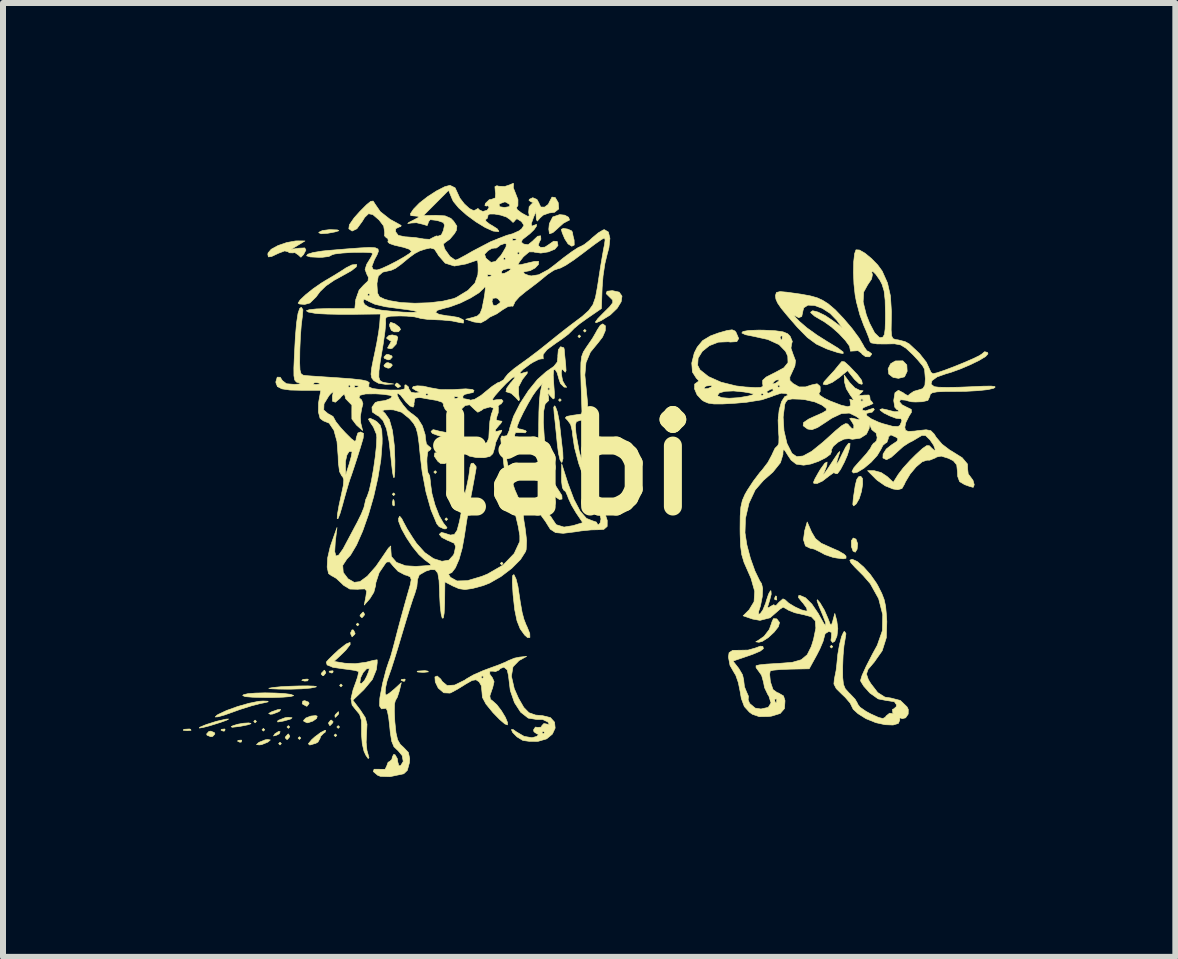
<source format=kicad_pcb>
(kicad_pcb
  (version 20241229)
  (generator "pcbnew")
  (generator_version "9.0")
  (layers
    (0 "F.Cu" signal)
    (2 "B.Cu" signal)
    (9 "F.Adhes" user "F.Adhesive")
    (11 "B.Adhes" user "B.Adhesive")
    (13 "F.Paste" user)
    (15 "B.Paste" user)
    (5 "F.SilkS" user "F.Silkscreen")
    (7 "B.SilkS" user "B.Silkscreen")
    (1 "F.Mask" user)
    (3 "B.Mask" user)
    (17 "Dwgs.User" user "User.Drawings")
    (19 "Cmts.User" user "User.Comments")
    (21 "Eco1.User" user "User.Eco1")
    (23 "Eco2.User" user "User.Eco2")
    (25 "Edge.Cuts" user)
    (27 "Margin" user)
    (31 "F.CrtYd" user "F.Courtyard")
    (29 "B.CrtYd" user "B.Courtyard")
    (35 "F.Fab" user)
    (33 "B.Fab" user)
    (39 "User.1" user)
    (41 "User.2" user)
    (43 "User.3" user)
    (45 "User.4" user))
  (footprint "tabi"
    (layer "F.Cu")
    (at 6.351 4.703)
    (property "Reference" "tabi" (at 0 0 0) (layer "F.SilkS") (effects (font (size 1.524 1.524) (thickness 0.3))))
    (attr through_hole)
    (fp_poly (pts (xy -5.126 4.272) (xy -5.149 4.295) (xy -5.172 4.272) (xy -5.149 4.249) (xy -5.126 4.272)) (stroke (width 0.01) (type solid)) (fill yes) (layer "F.SilkS"))
    (fp_poly (pts (xy -4.988 4.41) (xy -5.011 4.433) (xy -5.034 4.41) (xy -5.011 4.387) (xy -4.988 4.41)) (stroke (width 0.01) (type solid)) (fill yes) (layer "F.SilkS"))
    (fp_poly (pts (xy -4.711 4.641) (xy -4.734 4.664) (xy -4.757 4.641) (xy -4.734 4.618) (xy -4.711 4.641)) (stroke (width 0.01) (type solid)) (fill yes) (layer "F.SilkS"))
    (fp_poly (pts (xy -4.572 4.364) (xy -4.595 4.387) (xy -4.618 4.364) (xy -4.595 4.341) (xy -4.572 4.364)) (stroke (width 0.01) (type solid)) (fill yes) (layer "F.SilkS"))
    (fp_poly (pts (xy -4.387 4.549) (xy -4.41 4.572) (xy -4.433 4.549) (xy -4.41 4.526) (xy -4.387 4.549)) (stroke (width 0.01) (type solid)) (fill yes) (layer "F.SilkS"))
    (fp_poly (pts (xy -3.787 4.503) (xy -3.81 4.526) (xy -3.833 4.503) (xy -3.81 4.48) (xy -3.787 4.503)) (stroke (width 0.01) (type solid)) (fill yes) (layer "F.SilkS"))
    (fp_poly (pts (xy -3.741 4.364) (xy -3.764 4.387) (xy -3.787 4.364) (xy -3.764 4.341) (xy -3.741 4.364)) (stroke (width 0.01) (type solid)) (fill yes) (layer "F.SilkS"))
    (fp_poly (pts (xy -3.695 3.671) (xy -3.718 3.695) (xy -3.741 3.671) (xy -3.718 3.648) (xy -3.695 3.671)) (stroke (width 0.01) (type solid)) (fill yes) (layer "F.SilkS"))
    (fp_poly (pts (xy -3.417 2.655) (xy -3.441 2.679) (xy -3.464 2.655) (xy -3.441 2.632) (xy -3.417 2.655)) (stroke (width 0.01) (type solid)) (fill yes) (layer "F.SilkS"))
    (fp_poly (pts (xy -2.817 0.485) (xy -2.84 0.508) (xy -2.863 0.485) (xy -2.84 0.462) (xy -2.817 0.485)) (stroke (width 0.01) (type solid)) (fill yes) (layer "F.SilkS"))
    (fp_poly (pts (xy -2.124 0.115) (xy -2.147 0.139) (xy -2.171 0.115) (xy -2.147 0.092) (xy -2.124 0.115)) (stroke (width 0.01) (type solid)) (fill yes) (layer "F.SilkS"))
    (fp_poly (pts (xy -1.94 0.901) (xy -1.963 0.924) (xy -1.986 0.901) (xy -1.963 0.877) (xy -1.94 0.901)) (stroke (width 0.01) (type solid)) (fill yes) (layer "F.SilkS"))
    (fp_poly (pts (xy -1.016 1.639) (xy -1.039 1.663) (xy -1.062 1.639) (xy -1.039 1.616) (xy -1.016 1.639)) (stroke (width 0.01) (type solid)) (fill yes) (layer "F.SilkS"))
    (fp_poly (pts (xy -0.046 -1.085) (xy -0.069 -1.062) (xy -0.092 -1.085) (xy -0.069 -1.108) (xy -0.046 -1.085)) (stroke (width 0.01) (type solid)) (fill yes) (layer "F.SilkS"))
    (fp_poly (pts (xy 0.277 -2.147) (xy 0.254 -2.124) (xy 0.231 -2.147) (xy 0.254 -2.171) (xy 0.277 -2.147)) (stroke (width 0.01) (type solid)) (fill yes) (layer "F.SilkS"))
    (fp_poly (pts (xy 0.369 -2.24) (xy 0.346 -2.217) (xy 0.323 -2.24) (xy 0.346 -2.263) (xy 0.369 -2.24)) (stroke (width 0.01) (type solid)) (fill yes) (layer "F.SilkS"))
    (fp_poly (pts (xy 4.48 3.025) (xy 4.457 3.048) (xy 4.433 3.025) (xy 4.457 3.002) (xy 4.48 3.025)) (stroke (width 0.01) (type solid)) (fill yes) (layer "F.SilkS"))
    (fp_poly (pts (xy -6.223 4.403) (xy -6.217 4.42) (xy -6.281 4.426) (xy -6.346 4.419) (xy -6.338 4.403) (xy -6.244 4.397) (xy -6.223 4.403)) (stroke (width 0.01) (type solid)) (fill yes) (layer "F.SilkS"))
    (fp_poly (pts (xy -5.65 4.403) (xy -5.656 4.43) (xy -5.68 4.433) (xy -5.718 4.417) (xy -5.711 4.403) (xy -5.656 4.397) (xy -5.65 4.403)) (stroke (width 0.01) (type solid)) (fill yes) (layer "F.SilkS"))
    (fp_poly (pts (xy -5.372 4.587) (xy -5.379 4.615) (xy -5.403 4.618) (xy -5.441 4.601) (xy -5.434 4.587) (xy -5.379 4.582) (xy -5.372 4.587)) (stroke (width 0.01) (type solid)) (fill yes) (layer "F.SilkS"))
    (fp_poly (pts (xy -4.261 3.574) (xy -4.275 3.595) (xy -4.322 3.599) (xy -4.371 3.587) (xy -4.35 3.571) (xy -4.278 3.565) (xy -4.261 3.574)) (stroke (width 0.01) (type solid)) (fill yes) (layer "F.SilkS"))
    (fp_poly (pts (xy -3.848 3.433) (xy -3.855 3.46) (xy -3.879 3.464) (xy -3.917 3.447) (xy -3.91 3.433) (xy -3.855 3.427) (xy -3.848 3.433)) (stroke (width 0.01) (type solid)) (fill yes) (layer "F.SilkS"))
    (fp_poly (pts (xy -2.832 0.592) (xy -2.826 0.664) (xy -2.835 0.68) (xy -2.856 0.666) (xy -2.86 0.62) (xy -2.848 0.57) (xy -2.832 0.592)) (stroke (width 0.01) (type solid)) (fill yes) (layer "F.SilkS"))
    (fp_poly (pts (xy -2.648 3.571) (xy -2.654 3.599) (xy -2.679 3.602) (xy -2.717 3.585) (xy -2.709 3.571) (xy -2.655 3.566) (xy -2.648 3.571)) (stroke (width 0.01) (type solid)) (fill yes) (layer "F.SilkS"))
    (fp_poly (pts (xy 3.541 2.186) (xy 3.546 2.241) (xy 3.541 2.248) (xy 3.513 2.241) (xy 3.51 2.217) (xy 3.527 2.179) (xy 3.541 2.186)) (stroke (width 0.01) (type solid)) (fill yes) (layer "F.SilkS"))
    (fp_poly (pts (xy -4.732 4.442) (xy -4.746 4.477) (xy -4.789 4.5) (xy -4.843 4.514) (xy -4.821 4.48) (xy -4.815 4.474) (xy -4.755 4.437) (xy -4.732 4.442)) (stroke (width 0.01) (type solid)) (fill yes) (layer "F.SilkS"))
    (fp_poly (pts (xy -3.509 2.748) (xy -3.482 2.804) (xy -3.489 2.82) (xy -3.533 2.861) (xy -3.555 2.815) (xy -3.556 2.791) (xy -3.533 2.744) (xy -3.509 2.748)) (stroke (width 0.01) (type solid)) (fill yes) (layer "F.SilkS"))
    (fp_poly (pts (xy -5.827 4.458) (xy -5.819 4.48) (xy -5.856 4.521) (xy -5.888 4.526) (xy -5.95 4.501) (xy -5.957 4.48) (xy -5.92 4.439) (xy -5.888 4.433) (xy -5.827 4.458)) (stroke (width 0.01) (type solid)) (fill yes) (layer "F.SilkS"))
    (fp_poly (pts (xy -4.738 4.097) (xy -4.757 4.11) (xy -4.855 4.148) (xy -4.895 4.152) (xy -4.923 4.139) (xy -4.872 4.11) (xy -4.774 4.076) (xy -4.724 4.071) (xy -4.738 4.097)) (stroke (width 0.01) (type solid)) (fill yes) (layer "F.SilkS"))
    (fp_poly (pts (xy -4.573 4.515) (xy -4.572 4.526) (xy -4.608 4.57) (xy -4.621 4.572) (xy -4.648 4.544) (xy -4.641 4.526) (xy -4.6 4.482) (xy -4.592 4.48) (xy -4.573 4.515)) (stroke (width 0.01) (type solid)) (fill yes) (layer "F.SilkS"))
    (fp_poly (pts (xy -4.258 3.95) (xy -4.249 3.972) (xy -4.282 4.016) (xy -4.292 4.018) (xy -4.355 3.984) (xy -4.364 3.972) (xy -4.354 3.932) (xy -4.321 3.925) (xy -4.258 3.95)) (stroke (width 0.01) (type solid)) (fill yes) (layer "F.SilkS"))
    (fp_poly (pts (xy -3.972 3.453) (xy -3.972 3.464) (xy -4.007 3.508) (xy -4.021 3.51) (xy -4.048 3.482) (xy -4.041 3.464) (xy -3.999 3.42) (xy -3.992 3.417) (xy -3.972 3.453)) (stroke (width 0.01) (type solid)) (fill yes) (layer "F.SilkS"))
    (fp_poly (pts (xy -3.849 4.277) (xy -3.856 4.295) (xy -3.898 4.339) (xy -3.905 4.341) (xy -3.925 4.305) (xy -3.925 4.295) (xy -3.89 4.251) (xy -3.877 4.249) (xy -3.849 4.277)) (stroke (width 0.01) (type solid)) (fill yes) (layer "F.SilkS"))
    (fp_poly (pts (xy -3.755 4.14) (xy -3.764 4.156) (xy -3.807 4.2) (xy -3.815 4.203) (xy -3.819 4.173) (xy -3.81 4.156) (xy -3.766 4.112) (xy -3.758 4.11) (xy -3.755 4.14)) (stroke (width 0.01) (type solid)) (fill yes) (layer "F.SilkS"))
    (fp_poly (pts (xy -3.326 2.483) (xy -3.325 2.494) (xy -3.361 2.538) (xy -3.374 2.54) (xy -3.402 2.512) (xy -3.394 2.494) (xy -3.353 2.45) (xy -3.345 2.448) (xy -3.326 2.483)) (stroke (width 0.01) (type solid)) (fill yes) (layer "F.SilkS"))
    (fp_poly (pts (xy -2.871 -1.822) (xy -2.863 -1.801) (xy -2.901 -1.76) (xy -2.933 -1.755) (xy -2.994 -1.78) (xy -3.002 -1.801) (xy -2.964 -1.842) (xy -2.933 -1.847) (xy -2.871 -1.822)) (stroke (width 0.01) (type solid)) (fill yes) (layer "F.SilkS"))
    (fp_poly (pts (xy -2.871 -1.684) (xy -2.863 -1.663) (xy -2.901 -1.622) (xy -2.933 -1.616) (xy -2.994 -1.641) (xy -3.002 -1.663) (xy -2.964 -1.704) (xy -2.933 -1.709) (xy -2.871 -1.684)) (stroke (width 0.01) (type solid)) (fill yes) (layer "F.SilkS"))
    (fp_poly (pts (xy -2.771 -1.362) (xy -2.727 -1.321) (xy -2.725 -1.313) (xy -2.76 -1.294) (xy -2.771 -1.293) (xy -2.815 -1.329) (xy -2.817 -1.342) (xy -2.789 -1.37) (xy -2.771 -1.362)) (stroke (width 0.01) (type solid)) (fill yes) (layer "F.SilkS"))
    (fp_poly (pts (xy -2.274 3.432) (xy -2.26 3.445) (xy -2.324 3.452) (xy -2.355 3.453) (xy -2.439 3.448) (xy -2.449 3.436) (xy -2.436 3.432) (xy -2.319 3.425) (xy -2.274 3.432)) (stroke (width 0.01) (type solid)) (fill yes) (layer "F.SilkS"))
    (fp_poly (pts (xy 4.866 1.233) (xy 4.893 1.308) (xy 4.885 1.401) (xy 4.854 1.451) (xy 4.817 1.432) (xy 4.791 1.361) (xy 4.789 1.26) (xy 4.82 1.214) (xy 4.866 1.233)) (stroke (width 0.01) (type solid)) (fill yes) (layer "F.SilkS"))
    (fp_poly (pts (xy -4.533 4.21) (xy -4.554 4.23) (xy -4.657 4.26) (xy -4.687 4.267) (xy -4.772 4.281) (xy -4.775 4.265) (xy -4.757 4.251) (xy -4.651 4.21) (xy -4.599 4.203) (xy -4.533 4.21)) (stroke (width 0.01) (type solid)) (fill yes) (layer "F.SilkS"))
    (fp_poly (pts (xy -4.895 4.58) (xy -4.93 4.611) (xy -4.941 4.618) (xy -5.04 4.658) (xy -5.08 4.663) (xy -5.126 4.657) (xy -5.092 4.626) (xy -5.08 4.618) (xy -4.981 4.578) (xy -4.941 4.573) (xy -4.895 4.58)) (stroke (width 0.01) (type solid)) (fill yes) (layer "F.SilkS"))
    (fp_poly (pts (xy -4.114 4.184) (xy -4.124 4.222) (xy -4.187 4.266) (xy -4.267 4.293) (xy -4.283 4.294) (xy -4.337 4.269) (xy -4.341 4.254) (xy -4.303 4.214) (xy -4.22 4.182) (xy -4.139 4.174) (xy -4.114 4.184)) (stroke (width 0.01) (type solid)) (fill yes) (layer "F.SilkS"))
    (fp_poly (pts (xy -3.777 -3.921) (xy -3.753 -3.907) (xy -3.819 -3.887) (xy -3.938 -3.865) (xy -4.048 -3.857) (xy -4.088 -3.874) (xy -4.085 -3.882) (xy -4.026 -3.911) (xy -3.913 -3.925) (xy -3.892 -3.925) (xy -3.777 -3.921)) (stroke (width 0.01) (type solid)) (fill yes) (layer "F.SilkS"))
    (fp_poly (pts (xy -2.823 -2.358) (xy -2.817 -2.355) (xy -2.744 -2.299) (xy -2.725 -2.261) (xy -2.76 -2.223) (xy -2.831 -2.222) (xy -2.879 -2.248) (xy -2.907 -2.317) (xy -2.909 -2.342) (xy -2.891 -2.381) (xy -2.823 -2.358)) (stroke (width 0.01) (type solid)) (fill yes) (layer "F.SilkS"))
    (fp_poly (pts (xy 5.713 -1.671) (xy 5.719 -1.564) (xy 5.675 -1.472) (xy 5.574 -1.447) (xy 5.484 -1.463) (xy 5.413 -1.518) (xy 5.401 -1.605) (xy 5.444 -1.691) (xy 5.522 -1.737) (xy 5.647 -1.739) (xy 5.713 -1.671)) (stroke (width 0.01) (type solid)) (fill yes) (layer "F.SilkS"))
    (fp_poly (pts (xy -5.218 4.304) (xy -5.222 4.312) (xy -5.276 4.329) (xy -5.386 4.351) (xy -5.426 4.357) (xy -5.531 4.369) (xy -5.548 4.359) (xy -5.519 4.343) (xy -5.438 4.318) (xy -5.34 4.301) (xy -5.256 4.296) (xy -5.218 4.304)) (stroke (width 0.01) (type solid)) (fill yes) (layer "F.SilkS"))
    (fp_poly (pts (xy 0.06 -3.935) (xy 0.124 -3.907) (xy 0.139 -3.885) (xy 0.15 -3.822) (xy 0.168 -3.752) (xy 0.17 -3.669) (xy 0.129 -3.649) (xy 0.067 -3.688) (xy 0.012 -3.773) (xy -0.03 -3.873) (xy -0.046 -3.93) (xy -0.012 -3.946) (xy 0.06 -3.935)) (stroke (width 0.01) (type solid)) (fill yes) (layer "F.SilkS"))
    (fp_poly (pts (xy -5.627 4.252) (xy -5.736 4.291) (xy -5.75 4.295) (xy -5.907 4.344) (xy -6.02 4.373) (xy -6.079 4.382) (xy -6.073 4.369) (xy -5.99 4.334) (xy -5.956 4.321) (xy -5.795 4.27) (xy -5.634 4.233) (xy -5.633 4.233) (xy -5.59 4.231) (xy -5.627 4.252)) (stroke (width 0.01) (type solid)) (fill yes) (layer "F.SilkS"))
    (fp_poly (pts (xy -3.972 4.421) (xy -3.984 4.456) (xy -4.006 4.467) (xy -4.06 4.524) (xy -4.064 4.548) (xy -4.101 4.615) (xy -4.137 4.636) (xy -4.238 4.665) (xy -4.262 4.644) (xy -4.208 4.578) (xy -4.155 4.53) (xy -4.055 4.455) (xy -3.986 4.42) (xy -3.972 4.421)) (stroke (width 0.01) (type solid)) (fill yes) (layer "F.SilkS"))
    (fp_poly (pts (xy -2.788 -2.153) (xy -2.771 -2.128) (xy -2.798 -2.017) (xy -2.863 -1.948) (xy -2.897 -1.94) (xy -2.942 -1.952) (xy -2.914 -2.004) (xy -2.909 -2.009) (xy -2.879 -2.066) (xy -2.904 -2.078) (xy -2.953 -2.11) (xy -2.956 -2.124) (xy -2.917 -2.162) (xy -2.863 -2.171) (xy -2.788 -2.153)) (stroke (width 0.01) (type solid)) (fill yes) (layer "F.SilkS"))
    (fp_poly (pts (xy 0.012 -4.167) (xy 0.076 -4.132) (xy 0.092 -4.086) (xy 0.048 -4.064) (xy -0.01 -4.033) (xy -0.095 -3.957) (xy -0.108 -3.944) (xy -0.187 -3.875) (xy -0.239 -3.858) (xy -0.244 -3.863) (xy -0.254 -3.934) (xy -0.245 -4.025) (xy -0.188 -4.137) (xy -0.073 -4.176) (xy 0.012 -4.167)) (stroke (width 0.01) (type solid)) (fill yes) (layer "F.SilkS"))
    (fp_poly (pts (xy 3.546 2.562) (xy 3.592 2.623) (xy 3.573 2.692) (xy 3.501 2.784) (xy 3.403 2.874) (xy 3.305 2.937) (xy 3.248 2.952) (xy 3.196 2.944) (xy 3.233 2.923) (xy 3.334 2.853) (xy 3.421 2.739) (xy 3.462 2.626) (xy 3.463 2.617) (xy 3.49 2.558) (xy 3.546 2.562)) (stroke (width 0.01) (type solid)) (fill yes) (layer "F.SilkS"))
    (fp_poly (pts (xy 4.975 0.223) (xy 4.977 0.318) (xy 4.957 0.44) (xy 4.92 0.558) (xy 4.872 0.642) (xy 4.868 0.647) (xy 4.827 0.679) (xy 4.813 0.655) (xy 4.821 0.56) (xy 4.828 0.508) (xy 4.854 0.337) (xy 4.879 0.239) (xy 4.909 0.194) (xy 4.946 0.185) (xy 4.975 0.223)) (stroke (width 0.01) (type solid)) (fill yes) (layer "F.SilkS"))
    (fp_poly (pts (xy -4.818 3.798) (xy -4.668 3.806) (xy -4.557 3.82) (xy -4.509 3.838) (xy -4.509 3.843) (xy -4.561 3.857) (xy -4.684 3.867) (xy -4.857 3.873) (xy -4.975 3.873) (xy -5.189 3.868) (xy -5.314 3.858) (xy -5.356 3.84) (xy -5.342 3.826) (xy -5.27 3.809) (xy -5.143 3.799) (xy -4.984 3.795) (xy -4.818 3.798)) (stroke (width 0.01) (type solid)) (fill yes) (layer "F.SilkS"))
    (fp_poly (pts (xy -4.169 3.683) (xy -4.127 3.691) (xy -4.133 3.697) (xy -4.222 3.715) (xy -4.374 3.728) (xy -4.558 3.734) (xy -4.595 3.734) (xy -4.759 3.732) (xy -4.874 3.727) (xy -4.921 3.72) (xy -4.918 3.718) (xy -4.844 3.705) (xy -4.721 3.693) (xy -4.569 3.685) (xy -4.412 3.68) (xy -4.271 3.679) (xy -4.169 3.683)) (stroke (width 0.01) (type solid)) (fill yes) (layer "F.SilkS"))
    (fp_poly (pts (xy -4.934 3.935) (xy -4.932 3.945) (xy -5.014 3.964) (xy -5.057 3.972) (xy -5.208 4.011) (xy -5.392 4.069) (xy -5.496 4.106) (xy -5.659 4.164) (xy -5.769 4.195) (xy -5.814 4.197) (xy -5.786 4.168) (xy -5.76 4.152) (xy -5.622 4.088) (xy -5.441 4.023) (xy -5.252 3.969) (xy -5.089 3.936) (xy -5.015 3.931) (xy -4.934 3.935)) (stroke (width 0.01) (type solid)) (fill yes) (layer "F.SilkS"))
    (fp_poly (pts (xy -2.153 -0.586) (xy -2.072 -0.565) (xy -1.938 -0.54) (xy -1.873 -0.529) (xy -1.739 -0.501) (xy -1.694 -0.468) (xy -1.703 -0.449) (xy -1.775 -0.412) (xy -1.874 -0.395) (xy -1.967 -0.398) (xy -2.017 -0.422) (xy -2.018 -0.434) (xy -2.05 -0.478) (xy -2.113 -0.499) (xy -2.194 -0.529) (xy -2.217 -0.562) (xy -2.183 -0.592) (xy -2.153 -0.586)) (stroke (width 0.01) (type solid)) (fill yes) (layer "F.SilkS"))
    (fp_poly (pts (xy 0.919 -2.884) (xy 0.966 -2.817) (xy 0.952 -2.723) (xy 0.885 -2.614) (xy 0.772 -2.505) (xy 0.619 -2.41) (xy 0.537 -2.374) (xy 0.521 -2.384) (xy 0.564 -2.443) (xy 0.652 -2.533) (xy 0.762 -2.642) (xy 0.812 -2.708) (xy 0.811 -2.751) (xy 0.774 -2.788) (xy 0.702 -2.859) (xy 0.717 -2.899) (xy 0.805 -2.909) (xy 0.919 -2.884)) (stroke (width 0.01) (type solid)) (fill yes) (layer "F.SilkS"))
    (fp_poly (pts (xy -0.141 -0.97) (xy -0.111 -0.887) (xy -0.083 -0.749) (xy -0.07 -0.647) (xy -0.05 -0.465) (xy -0.03 -0.289) (xy -0.021 -0.219) (xy -0.017 -0.109) (xy -0.034 -0.049) (xy -0.042 -0.046) (xy -0.067 -0.088) (xy -0.093 -0.199) (xy -0.113 -0.354) (xy -0.113 -0.358) (xy -0.132 -0.552) (xy -0.151 -0.739) (xy -0.164 -0.854) (xy -0.172 -0.965) (xy -0.158 -0.989) (xy -0.141 -0.97)) (stroke (width 0.01) (type solid)) (fill yes) (layer "F.SilkS"))
    (fp_poly (pts (xy 4.125 1.113) (xy 4.19 1.223) (xy 4.285 1.301) (xy 4.44 1.371) (xy 4.577 1.431) (xy 4.672 1.487) (xy 4.7 1.517) (xy 4.7 1.552) (xy 4.652 1.561) (xy 4.54 1.547) (xy 4.481 1.536) (xy 4.35 1.492) (xy 4.274 1.45) (xy 4.17 1.399) (xy 4.103 1.385) (xy 4.024 1.347) (xy 3.991 1.243) (xy 4.011 1.091) (xy 4.013 1.085) (xy 4.053 0.947) (xy 4.125 1.113)) (stroke (width 0.01) (type solid)) (fill yes) (layer "F.SilkS"))
    (fp_poly (pts (xy -0.835 1.825) (xy -0.799 1.899) (xy -0.768 2.022) (xy -0.763 2.056) (xy -0.728 2.289) (xy -0.699 2.453) (xy -0.668 2.57) (xy -0.632 2.662) (xy -0.617 2.692) (xy -0.571 2.806) (xy -0.569 2.872) (xy -0.607 2.875) (xy -0.656 2.832) (xy -0.731 2.728) (xy -0.784 2.594) (xy -0.822 2.41) (xy -0.85 2.155) (xy -0.85 2.148) (xy -0.862 1.951) (xy -0.858 1.843) (xy -0.837 1.824) (xy -0.835 1.825)) (stroke (width 0.01) (type solid)) (fill yes) (layer "F.SilkS"))
    (fp_poly (pts (xy -3.455 -3.343) (xy -3.462 -3.306) (xy -3.541 -3.243) (xy -3.633 -3.191) (xy -3.833 -3.081) (xy -3.97 -2.987) (xy -4.067 -2.893) (xy -4.131 -2.806) (xy -4.235 -2.703) (xy -4.323 -2.679) (xy -4.408 -2.686) (xy -4.433 -2.7) (xy -4.398 -2.754) (xy -4.307 -2.84) (xy -4.182 -2.94) (xy -4.045 -3.035) (xy -3.972 -3.08) (xy -3.821 -3.169) (xy -3.682 -3.256) (xy -3.636 -3.287) (xy -3.535 -3.338) (xy -3.46 -3.345) (xy -3.455 -3.343)) (stroke (width 0.01) (type solid)) (fill yes) (layer "F.SilkS"))
    (fp_poly (pts (xy 4.675 -1.722) (xy 4.75 -1.655) (xy 4.758 -1.647) (xy 4.892 -1.506) (xy 4.961 -1.413) (xy 4.972 -1.358) (xy 4.965 -1.348) (xy 4.919 -1.359) (xy 4.846 -1.426) (xy 4.829 -1.446) (xy 4.725 -1.576) (xy 4.584 -1.458) (xy 4.473 -1.381) (xy 4.377 -1.341) (xy 4.361 -1.339) (xy 4.318 -1.35) (xy 4.335 -1.391) (xy 4.403 -1.466) (xy 4.502 -1.574) (xy 4.579 -1.668) (xy 4.586 -1.677) (xy 4.63 -1.728) (xy 4.675 -1.722)) (stroke (width 0.01) (type solid)) (fill yes) (layer "F.SilkS"))
    (fp_poly (pts (xy -4.318 -3.737) (xy -4.433 -3.667) (xy -4.549 -3.597) (xy -4.422 -3.616) (xy -4.322 -3.621) (xy -4.302 -3.586) (xy -4.342 -3.51) (xy -4.386 -3.465) (xy -4.428 -3.503) (xy -4.428 -3.504) (xy -4.488 -3.544) (xy -4.517 -3.538) (xy -4.581 -3.54) (xy -4.595 -3.555) (xy -4.656 -3.571) (xy -4.757 -3.533) (xy -4.874 -3.478) (xy -4.928 -3.471) (xy -4.937 -3.514) (xy -4.933 -3.537) (xy -4.881 -3.598) (xy -4.768 -3.66) (xy -4.623 -3.71) (xy -4.476 -3.737) (xy -4.433 -3.738) (xy -4.318 -3.737)) (stroke (width 0.01) (type solid)) (fill yes) (layer "F.SilkS"))
    (fp_poly (pts (xy 4.767 -0.363) (xy 4.761 -0.29) (xy 4.722 -0.165) (xy 4.672 -0.05) (xy 4.608 0.072) (xy 4.558 0.14) (xy 4.535 0.143) (xy 4.495 0.125) (xy 4.411 0.184) (xy 4.404 0.19) (xy 4.307 0.265) (xy 4.218 0.306) (xy 4.164 0.303) (xy 4.158 0.285) (xy 4.181 0.23) (xy 4.238 0.128) (xy 4.273 0.069) (xy 4.347 -0.033) (xy 4.385 -0.052) (xy 4.379 0.009) (xy 4.34 0.107) (xy 4.318 0.162) (xy 4.337 0.145) (xy 4.399 0.055) (xy 4.507 -0.112) (xy 4.509 -0.115) (xy 4.569 -0.203) (xy 4.597 -0.229) (xy 4.593 -0.208) (xy 4.551 -0.073) (xy 4.544 -0.02) (xy 4.571 -0.052) (xy 4.629 -0.171) (xy 4.632 -0.178) (xy 4.695 -0.302) (xy 4.744 -0.366) (xy 4.767 -0.363)) (stroke (width 0.01) (type solid)) (fill yes) (layer "F.SilkS"))
    (fp_poly (pts (xy -3.565 2.991) (xy -3.635 3.081) (xy -3.695 3.141) (xy -3.834 3.271) (xy -3.653 3.301) (xy -3.481 3.309) (xy -3.309 3.286) (xy -3.297 3.284) (xy -3.185 3.255) (xy -3.119 3.244) (xy -3.114 3.246) (xy -3.114 3.293) (xy -3.126 3.395) (xy -3.129 3.41) (xy -3.195 3.572) (xy -3.336 3.741) (xy -3.52 3.918) (xy -3.394 4.084) (xy -3.314 4.206) (xy -3.284 4.318) (xy -3.291 4.466) (xy -3.298 4.621) (xy -3.285 4.754) (xy -3.275 4.789) (xy -3.251 4.876) (xy -3.264 4.89) (xy -3.303 4.835) (xy -3.334 4.768) (xy -3.363 4.645) (xy -3.376 4.482) (xy -3.375 4.409) (xy -3.377 4.253) (xy -3.407 4.154) (xy -3.46 4.09) (xy -3.532 4) (xy -3.551 3.892) (xy -3.516 3.743) (xy -3.481 3.647) (xy -3.474 3.629) (xy -3.404 3.629) (xy -3.377 3.642) (xy -3.326 3.589) (xy -3.291 3.524) (xy -3.254 3.433) (xy -3.246 3.389) (xy -3.292 3.395) (xy -3.349 3.458) (xy -3.391 3.544) (xy -3.404 3.629) (xy -3.474 3.629) (xy -3.44 3.529) (xy -3.424 3.452) (xy -3.427 3.439) (xy -3.482 3.422) (xy -3.596 3.405) (xy -3.663 3.397) (xy -3.851 3.37) (xy -3.949 3.33) (xy -3.963 3.283) (xy -3.923 3.237) (xy -3.835 3.151) (xy -3.752 3.074) (xy -3.631 2.98) (xy -3.566 2.954) (xy -3.565 2.991)) (stroke (width 0.01) (type solid)) (fill yes) (layer "F.SilkS"))
    (fp_poly (pts (xy 3.714 -2.883) (xy 3.943 -2.851) (xy 4.103 -2.822) (xy 4.218 -2.79) (xy 4.31 -2.748) (xy 4.402 -2.69) (xy 4.52 -2.59) (xy 4.66 -2.443) (xy 4.801 -2.277) (xy 4.919 -2.117) (xy 4.994 -1.989) (xy 5 -1.974) (xy 5.048 -1.906) (xy 5.079 -1.893) (xy 5.125 -1.859) (xy 5.126 -1.847) (xy 5.094 -1.806) (xy 5.027 -1.808) (xy 4.968 -1.85) (xy 4.96 -1.865) (xy 4.9 -1.909) (xy 4.839 -1.904) (xy 4.773 -1.9) (xy 4.77 -1.924) (xy 4.758 -1.984) (xy 4.689 -2.079) (xy 4.583 -2.192) (xy 4.458 -2.303) (xy 4.331 -2.394) (xy 4.283 -2.421) (xy 4.176 -2.484) (xy 4.115 -2.538) (xy 4.11 -2.55) (xy 4.144 -2.574) (xy 4.232 -2.552) (xy 4.355 -2.492) (xy 4.477 -2.41) (xy 4.637 -2.29) (xy 4.547 -2.414) (xy 4.436 -2.529) (xy 4.305 -2.614) (xy 4.174 -2.662) (xy 4.065 -2.667) (xy 3.996 -2.623) (xy 3.984 -2.581) (xy 3.962 -2.478) (xy 3.911 -2.458) (xy 3.846 -2.495) (xy 3.828 -2.501) (xy 3.867 -2.454) (xy 3.926 -2.393) (xy 4.049 -2.288) (xy 4.219 -2.166) (xy 4.397 -2.054) (xy 4.401 -2.052) (xy 4.568 -1.95) (xy 4.652 -1.886) (xy 4.652 -1.86) (xy 4.57 -1.874) (xy 4.406 -1.928) (xy 4.376 -1.939) (xy 4.206 -2.018) (xy 4.056 -2.128) (xy 3.894 -2.293) (xy 3.875 -2.314) (xy 3.721 -2.492) (xy 3.619 -2.616) (xy 3.559 -2.704) (xy 3.531 -2.769) (xy 3.524 -2.826) (xy 3.524 -2.828) (xy 3.54 -2.878) (xy 3.601 -2.893) (xy 3.714 -2.883)) (stroke (width 0.01) (type solid)) (fill yes) (layer "F.SilkS"))
    (fp_poly (pts (xy 4.887 1.606) (xy 4.994 1.698) (xy 5.107 1.825) (xy 5.206 1.966) (xy 5.231 2.009) (xy 5.296 2.138) (xy 5.336 2.242) (xy 5.36 2.353) (xy 5.374 2.507) (xy 5.38 2.607) (xy 5.372 2.875) (xy 5.303 3.093) (xy 5.166 3.288) (xy 5.155 3.3) (xy 5.067 3.404) (xy 5.041 3.482) (xy 5.071 3.571) (xy 5.111 3.638) (xy 5.228 3.79) (xy 5.348 3.866) (xy 5.447 3.881) (xy 5.606 3.922) (xy 5.717 4.029) (xy 5.738 4.072) (xy 5.736 4.149) (xy 5.693 4.211) (xy 5.634 4.226) (xy 5.615 4.214) (xy 5.593 4.218) (xy 5.596 4.249) (xy 5.572 4.305) (xy 5.484 4.331) (xy 5.351 4.326) (xy 5.197 4.292) (xy 5.041 4.229) (xy 5.022 4.219) (xy 4.9 4.142) (xy 4.82 4.069) (xy 4.803 4.035) (xy 4.77 3.967) (xy 4.688 3.871) (xy 4.638 3.824) (xy 4.537 3.724) (xy 4.498 3.647) (xy 4.506 3.561) (xy 4.507 3.56) (xy 4.535 3.419) (xy 4.546 3.325) (xy 4.563 3.152) (xy 4.592 2.988) (xy 4.626 2.856) (xy 4.661 2.78) (xy 4.675 2.771) (xy 4.699 2.809) (xy 4.685 2.898) (xy 4.666 3.008) (xy 4.651 3.174) (xy 4.644 3.361) (xy 4.644 3.362) (xy 4.645 3.54) (xy 4.657 3.653) (xy 4.688 3.728) (xy 4.747 3.793) (xy 4.767 3.812) (xy 4.852 3.902) (xy 4.894 3.975) (xy 4.895 3.984) (xy 4.934 4.035) (xy 5.032 4.103) (xy 5.112 4.146) (xy 5.242 4.205) (xy 5.314 4.223) (xy 5.355 4.201) (xy 5.369 4.18) (xy 5.426 4.134) (xy 5.459 4.139) (xy 5.488 4.142) (xy 5.477 4.117) (xy 5.474 4.07) (xy 5.493 4.064) (xy 5.536 4.027) (xy 5.542 3.995) (xy 5.506 3.943) (xy 5.392 3.925) (xy 5.384 3.925) (xy 5.236 3.896) (xy 5.098 3.798) (xy 5.084 3.783) (xy 4.996 3.684) (xy 4.947 3.605) (xy 4.942 3.587) (xy 4.967 3.505) (xy 5.035 3.355) (xy 5.141 3.148) (xy 5.221 3.002) (xy 5.306 2.758) (xy 5.312 2.493) (xy 5.244 2.226) (xy 5.105 1.976) (xy 4.983 1.836) (xy 4.852 1.705) (xy 4.781 1.626) (xy 4.763 1.585) (xy 4.791 1.571) (xy 4.807 1.57) (xy 4.887 1.606)) (stroke (width 0.01) (type solid)) (fill yes) (layer "F.SilkS"))
    (fp_poly (pts (xy -0.75 3.257) (xy -0.851 3.361) (xy -0.877 3.517) (xy -0.83 3.724) (xy -0.76 3.883) (xy -0.671 4.038) (xy -0.585 4.126) (xy -0.475 4.165) (xy -0.358 4.175) (xy -0.226 4.208) (xy -0.158 4.284) (xy -0.148 4.382) (xy -0.194 4.482) (xy -0.29 4.562) (xy -0.432 4.603) (xy -0.447 4.604) (xy -0.581 4.603) (xy -0.681 4.589) (xy -0.692 4.585) (xy -0.785 4.528) (xy -0.858 4.453) (xy -0.877 4.407) (xy -0.849 4.406) (xy -0.797 4.443) (xy -0.667 4.52) (xy -0.534 4.543) (xy -0.455 4.521) (xy -0.42 4.488) (xy -0.45 4.48) (xy -0.483 4.457) (xy -0.369 4.457) (xy -0.346 4.48) (xy -0.323 4.457) (xy -0.346 4.433) (xy -0.369 4.457) (xy -0.483 4.457) (xy -0.502 4.443) (xy -0.508 4.412) (xy -0.477 4.365) (xy -0.439 4.371) (xy -0.38 4.366) (xy -0.369 4.341) (xy -0.336 4.306) (xy -0.294 4.314) (xy -0.244 4.324) (xy -0.269 4.281) (xy -0.27 4.281) (xy -0.356 4.239) (xy -0.459 4.238) (xy -0.597 4.216) (xy -0.723 4.117) (xy -0.826 3.958) (xy -0.896 3.755) (xy -0.924 3.525) (xy -0.924 3.516) (xy -0.947 3.412) (xy -1.002 3.366) (xy -1.067 3.392) (xy -1.084 3.415) (xy -1.144 3.441) (xy -1.179 3.434) (xy -1.237 3.434) (xy -1.238 3.484) (xy -1.194 3.544) (xy -1.166 3.609) (xy -1.191 3.715) (xy -1.202 3.743) (xy -1.237 3.847) (xy -1.227 3.902) (xy -1.189 3.931) (xy -1.12 3.993) (xy -1.044 4.093) (xy -0.978 4.202) (xy -0.941 4.291) (xy -0.943 4.329) (xy -0.986 4.313) (xy -1.07 4.242) (xy -1.178 4.131) (xy -1.179 4.131) (xy -1.301 3.982) (xy -1.36 3.871) (xy -1.367 3.79) (xy -1.378 3.677) (xy -1.415 3.612) (xy -1.467 3.577) (xy -1.532 3.588) (xy -1.638 3.648) (xy -1.653 3.658) (xy -1.776 3.734) (xy -1.878 3.789) (xy -1.901 3.799) (xy -2.005 3.794) (xy -2.097 3.715) (xy -2.146 3.614) (xy -2.152 3.53) (xy -2.114 3.514) (xy -2.055 3.566) (xy -2.03 3.606) (xy -1.949 3.673) (xy -1.822 3.665) (xy -1.657 3.584) (xy -1.618 3.557) (xy -1.575 3.533) (xy -1.385 3.533) (xy -1.362 3.556) (xy -1.339 3.533) (xy -1.362 3.51) (xy -1.385 3.533) (xy -1.575 3.533) (xy -1.505 3.493) (xy -1.347 3.424) (xy -1.245 3.386) (xy -1.094 3.331) (xy -0.973 3.281) (xy -0.924 3.256) (xy -0.824 3.216) (xy -0.739 3.199) (xy -0.623 3.187) (xy -0.75 3.257)) (stroke (width 0.01) (type solid)) (fill yes) (layer "F.SilkS"))
    (fp_poly (pts (xy 0.69 -2.322) (xy 0.687 -2.24) (xy 0.642 -2.136) (xy 0.572 -2.045) (xy 0.439 -1.883) (xy 0.366 -1.71) (xy 0.347 -1.502) (xy 0.37 -1.268) (xy 0.394 -1.02) (xy 0.378 -0.853) (xy 0.321 -0.761) (xy 0.246 -0.739) (xy 0.205 -0.725) (xy 0.19 -0.669) (xy 0.197 -0.549) (xy 0.204 -0.496) (xy 0.255 -0.217) (xy 0.344 0.064) (xy 0.479 0.374) (xy 0.559 0.535) (xy 0.667 0.761) (xy 0.72 0.921) (xy 0.719 1.021) (xy 0.663 1.07) (xy 0.577 1.076) (xy 0.452 1.079) (xy 0.284 1.096) (xy 0.18 1.112) (xy -0.014 1.136) (xy -0.142 1.124) (xy -0.229 1.067) (xy -0.298 0.957) (xy -0.303 0.947) (xy -0.395 0.821) (xy -0.518 0.767) (xy -0.623 0.752) (xy -0.679 0.756) (xy -0.68 0.757) (xy -0.682 0.808) (xy -0.669 0.924) (xy -0.648 1.052) (xy -0.624 1.255) (xy -0.631 1.405) (xy -0.64 1.438) (xy -0.726 1.573) (xy -0.872 1.72) (xy -1.052 1.857) (xy -1.24 1.965) (xy -1.349 2.008) (xy -1.528 2.056) (xy -1.651 2.073) (xy -1.75 2.059) (xy -1.854 2.014) (xy -1.859 2.011) (xy -1.986 1.945) (xy -1.99 2.3) (xy -1.998 2.466) (xy -2.012 2.547) (xy -2.03 2.55) (xy -2.048 2.482) (xy -2.064 2.349) (xy -2.074 2.158) (xy -2.074 2.124) (xy -2.083 1.923) (xy -2.104 1.8) (xy -2.148 1.744) (xy -2.222 1.741) (xy -2.302 1.766) (xy -2.412 1.829) (xy -2.443 1.908) (xy -2.443 1.916) (xy -2.453 2.026) (xy -2.487 2.14) (xy -2.521 2.234) (xy -2.573 2.395) (xy -2.636 2.6) (xy -2.704 2.827) (xy -2.706 2.833) (xy -2.772 3.055) (xy -2.833 3.251) (xy -2.881 3.401) (xy -2.911 3.484) (xy -2.912 3.487) (xy -2.95 3.596) (xy -2.975 3.711) (xy -2.981 3.801) (xy -2.967 3.833) (xy -2.917 3.805) (xy -2.833 3.736) (xy -2.825 3.729) (xy -2.712 3.625) (xy -2.745 3.763) (xy -2.779 3.868) (xy -2.812 3.925) (xy -2.825 3.979) (xy -2.828 4.1) (xy -2.821 4.263) (xy -2.82 4.279) (xy -2.801 4.461) (xy -2.774 4.577) (xy -2.73 4.653) (xy -2.676 4.703) (xy -2.594 4.789) (xy -2.572 4.894) (xy -2.577 4.959) (xy -2.612 5.087) (xy -2.672 5.144) (xy -2.9 5.192) (xy -3.059 5.187) (xy -3.106 5.169) (xy -3.179 5.107) (xy -3.166 5.068) (xy -3.074 5.068) (xy -3.071 5.069) (xy -2.982 5.069) (xy -2.956 5.016) (xy -2.956 5.016) (xy -2.932 4.951) (xy -2.909 4.941) (xy -2.869 4.904) (xy -2.863 4.869) (xy -2.841 4.822) (xy -2.817 4.826) (xy -2.779 4.891) (xy -2.771 4.947) (xy -2.753 5.009) (xy -2.725 5.011) (xy -2.68 4.938) (xy -2.698 4.84) (xy -2.771 4.753) (xy -2.778 4.748) (xy -2.835 4.693) (xy -2.872 4.603) (xy -2.896 4.456) (xy -2.905 4.361) (xy -2.923 4.205) (xy -2.945 4.095) (xy -2.966 4.052) (xy -2.967 4.052) (xy -3.043 4.062) (xy -3.075 4.013) (xy -3.071 3.892) (xy -3.068 3.868) (xy -3.024 3.636) (xy -2.964 3.405) (xy -2.922 3.279) (xy -2.903 3.228) (xy -2.885 3.174) (xy -2.863 3.095) (xy -2.83 2.972) (xy -2.781 2.783) (xy -2.773 2.752) (xy -2.717 2.542) (xy -2.659 2.332) (xy -2.612 2.165) (xy -2.609 2.155) (xy -2.564 1.998) (xy -2.547 1.908) (xy -2.563 1.863) (xy -2.613 1.839) (xy -2.655 1.828) (xy -2.766 1.769) (xy -2.844 1.686) (xy -2.906 1.612) (xy -2.954 1.614) (xy -2.972 1.631) (xy -3.082 1.793) (xy -3.137 1.961) (xy -3.14 2.003) (xy -3.17 2.118) (xy -3.235 2.223) (xy -3.33 2.332) (xy -3.303 2.191) (xy -3.29 2.098) (xy -3.319 2.063) (xy -3.411 2.066) (xy -3.437 2.069) (xy -3.571 2.065) (xy -3.675 2.002) (xy -3.709 1.968) (xy -3.796 1.887) (xy -3.863 1.848) (xy -3.869 1.847) (xy -3.925 1.807) (xy -3.948 1.7) (xy -3.94 1.546) (xy -3.898 1.364) (xy -3.88 1.31) (xy -3.784 1.039) (xy -3.813 1.282) (xy -3.822 1.441) (xy -3.802 1.514) (xy -3.756 1.499) (xy -3.683 1.396) (xy -3.659 1.351) (xy -3.581 1.205) (xy -3.489 1.031) (xy -3.446 0.951) (xy -3.379 0.815) (xy -3.335 0.705) (xy -3.325 0.662) (xy -3.304 0.57) (xy -3.28 0.519) (xy -3.247 0.423) (xy -3.211 0.264) (xy -3.176 0.068) (xy -3.147 -0.136) (xy -3.127 -0.321) (xy -3.121 -0.461) (xy -3.126 -0.513) (xy -3.177 -0.636) (xy -3.223 -0.704) (xy -3.261 -0.767) (xy -3.233 -0.782) (xy -3.154 -0.746) (xy -3.115 -0.719) (xy -3.064 -0.665) (xy -3.038 -0.581) (xy -3.031 -0.441) (xy -3.032 -0.361) (xy -3.053 -0.09) (xy -3.102 0.21) (xy -3.172 0.52) (xy -3.259 0.822) (xy -3.356 1.098) (xy -3.458 1.33) (xy -3.559 1.5) (xy -3.62 1.566) (xy -3.689 1.671) (xy -3.68 1.788) (xy -3.6 1.894) (xy -3.497 1.953) (xy -3.401 1.941) (xy -3.278 1.85) (xy -3.134 1.686) (xy -3.007 1.501) (xy -2.927 1.383) (xy -2.888 1.347) (xy -2.888 1.387) (xy -2.879 1.521) (xy -2.793 1.62) (xy -2.642 1.677) (xy -2.471 1.687) (xy -2.334 1.678) (xy -2.239 1.671) (xy -2.217 1.668) (xy -2.234 1.642) (xy -2.308 1.587) (xy -2.323 1.577) (xy -2.419 1.49) (xy -2.526 1.358) (xy -2.628 1.205) (xy -2.71 1.057) (xy -2.756 0.938) (xy -2.759 0.889) (xy -2.739 0.851) (xy -2.705 0.891) (xy -2.677 0.947) (xy -2.614 1.064) (xy -2.52 1.213) (xy -2.46 1.302) (xy -2.321 1.457) (xy -2.175 1.558) (xy -2.035 1.602) (xy -1.919 1.583) (xy -1.842 1.498) (xy -1.829 1.463) (xy -1.807 1.357) (xy -1.83 1.302) (xy -1.918 1.262) (xy -1.94 1.254) (xy -2.036 1.205) (xy -2.078 1.154) (xy -2.078 1.152) (xy -2.045 1.121) (xy -1.997 1.132) (xy -1.895 1.165) (xy -1.828 1.155) (xy -1.782 1.086) (xy -1.745 0.947) (xy -1.726 0.854) (xy -1.687 0.657) (xy -1.647 0.464) (xy -1.618 0.334) (xy -1.588 0.188) (xy -1.571 0.067) (xy -1.57 0.042) (xy -1.548 -0.028) (xy -1.512 -0.034) (xy -1.466 0.022) (xy -1.465 0.051) (xy -1.478 0.124) (xy -1.503 0.262) (xy -1.536 0.44) (xy -1.549 0.508) (xy -1.59 0.733) (xy -1.628 0.964) (xy -1.657 1.156) (xy -1.66 1.178) (xy -1.698 1.386) (xy -1.75 1.571) (xy -1.811 1.712) (xy -1.871 1.791) (xy -1.897 1.801) (xy -1.926 1.819) (xy -1.893 1.87) (xy -1.784 1.93) (xy -1.61 1.925) (xy -1.372 1.854) (xy -1.274 1.814) (xy -1.014 1.664) (xy -0.831 1.473) (xy -0.737 1.27) (xy -0.737 1.176) (xy -0.763 1.022) (xy -0.808 0.833) (xy -0.867 0.635) (xy -0.913 0.508) (xy -0.942 0.399) (xy -0.972 0.238) (xy -0.988 0.115) (xy -1.01 -0.07) (xy -1.032 -0.248) (xy -1.045 -0.335) (xy -1.055 -0.447) (xy -1.037 -0.487) (xy -1.003 -0.482) (xy -0.954 -0.492) (xy -0.826 -0.492) (xy -0.796 -0.434) (xy -0.734 -0.388) (xy -0.624 -0.334) (xy -0.508 -0.293) (xy -0.453 -0.281) (xy -0.438 -0.322) (xy -0.428 -0.434) (xy -0.422 -0.598) (xy -0.422 -0.681) (xy -0.419 -0.884) (xy -0.411 -1.067) (xy -0.397 -1.199) (xy -0.393 -1.224) (xy -0.383 -1.27) (xy -0.277 -1.27) (xy -0.254 -1.247) (xy -0.231 -1.27) (xy -0.254 -1.293) (xy -0.277 -1.27) (xy -0.383 -1.27) (xy -0.362 -1.362) (xy -0.46 -1.247) (xy -0.522 -1.159) (xy -0.599 -1.027) (xy -0.678 -0.88) (xy -0.743 -0.745) (xy -0.781 -0.649) (xy -0.785 -0.626) (xy -0.748 -0.603) (xy -0.719 -0.6) (xy -0.643 -0.577) (xy -0.628 -0.561) (xy -0.647 -0.539) (xy -0.717 -0.543) (xy -0.81 -0.543) (xy -0.826 -0.492) (xy -0.954 -0.492) (xy -0.95 -0.492) (xy -0.913 -0.579) (xy -0.903 -0.625) (xy -0.842 -0.813) (xy -0.732 -1.029) (xy -0.593 -1.243) (xy -0.442 -1.429) (xy -0.299 -1.556) (xy -0.289 -1.563) (xy -0.169 -1.647) (xy -0.113 -1.719) (xy -0.103 -1.806) (xy -0.104 -1.82) (xy -0.095 -1.924) (xy -0.058 -1.974) (xy -0.004 -1.957) (xy 0.003 -1.932) (xy 0.01 -1.848) (xy 0.023 -1.719) (xy 0.027 -1.686) (xy 0.034 -1.575) (xy 0.02 -1.549) (xy 0.001 -1.57) (xy -0.032 -1.604) (xy -0.045 -1.558) (xy -0.045 -1.522) (xy -0.024 -1.407) (xy 0.012 -1.343) (xy 0.044 -1.298) (xy 0.003 -1.301) (xy 0 -1.302) (xy -0.059 -1.36) (xy -0.085 -1.435) (xy -0.115 -1.541) (xy -0.148 -1.593) (xy -0.173 -1.587) (xy -0.18 -1.497) (xy -0.171 -1.348) (xy -0.16 -1.193) (xy -0.162 -1.116) (xy -0.18 -1.103) (xy -0.216 -1.14) (xy -0.265 -1.195) (xy -0.27 -1.179) (xy -0.259 -1.143) (xy -0.255 -1.076) (xy -0.273 -1.062) (xy -0.315 -1.019) (xy -0.34 -0.898) (xy -0.345 -0.713) (xy -0.33 -0.477) (xy -0.324 -0.42) (xy -0.281 -0.11) (xy -0.232 0.122) (xy -0.173 0.29) (xy -0.098 0.409) (xy -0.094 0.414) (xy -0.036 0.506) (xy -0.033 0.565) (xy -0.077 0.572) (xy -0.139 0.531) (xy -0.22 0.429) (xy -0.292 0.273) (xy -0.361 0.044) (xy -0.367 0.018) (xy -0.407 -0.101) (xy -0.469 -0.178) (xy -0.581 -0.24) (xy -0.641 -0.266) (xy -0.797 -0.322) (xy -0.891 -0.327) (xy -0.941 -0.275) (xy -0.96 -0.186) (xy -0.953 -0.078) (xy -0.921 0.077) (xy -0.874 0.25) (xy -0.819 0.412) (xy -0.765 0.535) (xy -0.728 0.586) (xy -0.652 0.628) (xy -0.525 0.683) (xy -0.452 0.711) (xy -0.309 0.78) (xy -0.221 0.855) (xy -0.207 0.88) (xy -0.131 0.992) (xy -0.000271 1.032) (xy 0.149 1.008) (xy 0.312 0.958) (xy 0.201 0.794) (xy 0.124 0.664) (xy 0.07 0.546) (xy 0.063 0.523) (xy 0.027 0.44) (xy -0.005 0.416) (xy -0.028 0.374) (xy -0.041 0.269) (xy -0.042 0.196) (xy -0.039 -0.023) (xy 0.066 0.306) (xy 0.165 0.57) (xy 0.269 0.767) (xy 0.374 0.887) (xy 0.465 0.924) (xy 0.539 0.949) (xy 0.556 0.981) (xy 0.574 0.997) (xy 0.603 0.96) (xy 0.616 0.897) (xy 0.592 0.798) (xy 0.528 0.647) (xy 0.465 0.519) (xy 0.345 0.253) (xy 0.245 -0.028) (xy 0.174 -0.295) (xy 0.141 -0.519) (xy 0.139 -0.56) (xy 0.111 -0.677) (xy 0.062 -0.745) (xy 0.021 -0.788) (xy 0.046 -0.813) (xy 0.143 -0.831) (xy 0.3 -0.854) (xy 0.284 -1.339) (xy 0.279 -1.559) (xy 0.281 -1.708) (xy 0.294 -1.811) (xy 0.323 -1.888) (xy 0.371 -1.963) (xy 0.387 -1.986) (xy 0.474 -2.113) (xy 0.541 -2.229) (xy 0.552 -2.251) (xy 0.604 -2.331) (xy 0.645 -2.355) (xy 0.69 -2.322)) (stroke (width 0.01) (type solid)) (fill yes) (layer "F.SilkS"))
    (fp_poly (pts (xy 4.923 -3.586) (xy 5.017 -3.532) (xy 5.126 -3.442) (xy 5.229 -3.336) (xy 5.303 -3.234) (xy 5.391 -3.037) (xy 5.44 -2.821) (xy 5.457 -2.557) (xy 5.455 -2.423) (xy 5.452 -2.254) (xy 5.459 -2.156) (xy 5.483 -2.109) (xy 5.53 -2.092) (xy 5.565 -2.089) (xy 5.684 -2.059) (xy 5.753 -2.021) (xy 5.923 -1.862) (xy 6.038 -1.716) (xy 6.079 -1.628) (xy 6.116 -1.547) (xy 6.149 -1.524) (xy 6.219 -1.54) (xy 6.345 -1.583) (xy 6.501 -1.642) (xy 6.666 -1.709) (xy 6.814 -1.773) (xy 6.922 -1.825) (xy 6.966 -1.854) (xy 7.01 -1.891) (xy 7.058 -1.879) (xy 7.066 -1.855) (xy 7.026 -1.811) (xy 6.922 -1.748) (xy 6.775 -1.676) (xy 6.609 -1.605) (xy 6.446 -1.546) (xy 6.362 -1.522) (xy 6.218 -1.471) (xy 6.133 -1.409) (xy 6.117 -1.35) (xy 6.171 -1.308) (xy 6.245 -1.299) (xy 6.389 -1.296) (xy 6.581 -1.299) (xy 6.759 -1.306) (xy 6.981 -1.316) (xy 7.119 -1.318) (xy 7.183 -1.31) (xy 7.182 -1.294) (xy 7.158 -1.281) (xy 7.064 -1.259) (xy 6.903 -1.242) (xy 6.702 -1.231) (xy 6.569 -1.229) (xy 6.355 -1.228) (xy 6.217 -1.222) (xy 6.139 -1.207) (xy 6.104 -1.183) (xy 6.096 -1.146) (xy 6.064 -1.079) (xy 5.969 -1.057) (xy 5.858 -1.053) (xy 5.794 -1.056) (xy 5.734 -1.07) (xy 5.692 -1.083) (xy 5.608 -1.091) (xy 5.59 -1.058) (xy 5.634 -1.006) (xy 5.706 -0.969) (xy 5.787 -0.93) (xy 5.791 -0.882) (xy 5.752 -0.821) (xy 5.697 -0.711) (xy 5.68 -0.632) (xy 5.691 -0.581) (xy 5.738 -0.562) (xy 5.845 -0.568) (xy 5.9 -0.576) (xy 6.035 -0.59) (xy 6.113 -0.575) (xy 6.168 -0.52) (xy 6.203 -0.464) (xy 6.301 -0.349) (xy 6.434 -0.248) (xy 6.46 -0.234) (xy 6.636 -0.124) (xy 6.724 -0.019) (xy 6.727 0.065) (xy 6.737 0.147) (xy 6.768 0.187) (xy 6.816 0.252) (xy 6.837 0.326) (xy 6.822 0.368) (xy 6.815 0.369) (xy 6.762 0.355) (xy 6.676 0.324) (xy 6.593 0.274) (xy 6.561 0.187) (xy 6.558 0.114) (xy 6.545 -0.005) (xy 6.489 -0.073) (xy 6.408 -0.114) (xy 6.288 -0.151) (xy 6.211 -0.136) (xy 6.193 -0.123) (xy 6.095 -0.083) (xy 6.048 -0.083) (xy 5.969 -0.056) (xy 5.868 0.029) (xy 5.768 0.149) (xy 5.689 0.281) (xy 5.675 0.315) (xy 5.632 0.39) (xy 5.562 0.409) (xy 5.483 0.397) (xy 5.352 0.344) (xy 5.22 0.252) (xy 5.196 0.23) (xy 5.059 0.092) (xy 5.17 0.092) (xy 5.285 0.123) (xy 5.385 0.189) (xy 5.488 0.286) (xy 5.571 0.154) (xy 5.651 0.049) (xy 5.77 -0.082) (xy 5.86 -0.172) (xy 5.974 -0.277) (xy 6.044 -0.325) (xy 6.089 -0.324) (xy 6.125 -0.287) (xy 6.172 -0.245) (xy 6.187 -0.26) (xy 6.161 -0.331) (xy 6.099 -0.422) (xy 6.026 -0.494) (xy 5.965 -0.496) (xy 5.926 -0.473) (xy 5.81 -0.404) (xy 5.75 -0.374) (xy 5.654 -0.312) (xy 5.55 -0.218) (xy 5.545 -0.213) (xy 5.454 -0.132) (xy 5.379 -0.093) (xy 5.372 -0.092) (xy 5.315 -0.12) (xy 5.318 -0.186) (xy 5.371 -0.269) (xy 5.459 -0.338) (xy 5.55 -0.398) (xy 5.566 -0.44) (xy 5.539 -0.464) (xy 5.447 -0.505) (xy 5.407 -0.472) (xy 5.403 -0.439) (xy 5.38 -0.377) (xy 5.361 -0.369) (xy 5.315 -0.331) (xy 5.28 -0.261) (xy 5.22 -0.161) (xy 5.118 -0.049) (xy 5 0.05) (xy 4.891 0.117) (xy 4.825 0.131) (xy 4.799 0.105) (xy 4.832 0.042) (xy 4.929 -0.069) (xy 4.939 -0.079) (xy 5.04 -0.192) (xy 5.108 -0.282) (xy 5.126 -0.321) (xy 5.16 -0.368) (xy 5.172 -0.369) (xy 5.21 -0.408) (xy 5.219 -0.462) (xy 5.201 -0.537) (xy 5.176 -0.554) (xy 5.13 -0.592) (xy 5.112 -0.635) (xy 5.095 -0.675) (xy 5.086 -0.627) (xy 5.085 -0.611) (xy 5.04 -0.516) (xy 4.936 -0.45) (xy 4.806 -0.431) (xy 4.747 -0.442) (xy 4.666 -0.434) (xy 4.57 -0.385) (xy 4.489 -0.316) (xy 4.453 -0.25) (xy 4.458 -0.229) (xy 4.44 -0.182) (xy 4.36 -0.123) (xy 4.242 -0.064) (xy 4.112 -0.019) (xy 3.996 -0.00005) (xy 3.991 0) (xy 3.87 -0.017) (xy 3.785 -0.084) (xy 3.74 -0.15) (xy 3.681 -0.244) (xy 3.655 -0.264) (xy 3.649 -0.215) (xy 3.649 -0.18) (xy 3.607 -0.041) (xy 3.481 0.116) (xy 3.324 0.254) (xy 3.186 0.413) (xy 3.083 0.633) (xy 3.024 0.887) (xy 3.016 1.127) (xy 3.047 1.327) (xy 3.106 1.551) (xy 3.182 1.764) (xy 3.263 1.931) (xy 3.292 1.974) (xy 3.311 2.056) (xy 3.304 2.192) (xy 3.274 2.346) (xy 3.245 2.435) (xy 3.241 2.485) (xy 3.27 2.476) (xy 3.314 2.414) (xy 3.361 2.299) (xy 3.373 2.256) (xy 3.409 2.148) (xy 3.44 2.094) (xy 3.449 2.094) (xy 3.453 2.151) (xy 3.427 2.254) (xy 3.423 2.266) (xy 3.394 2.359) (xy 3.403 2.381) (xy 3.441 2.355) (xy 3.497 2.325) (xy 3.511 2.338) (xy 3.535 2.338) (xy 3.582 2.286) (xy 3.649 2.228) (xy 3.685 2.245) (xy 3.746 2.301) (xy 3.846 2.361) (xy 3.953 2.411) (xy 4.033 2.432) (xy 4.053 2.428) (xy 4.043 2.38) (xy 3.984 2.299) (xy 3.971 2.286) (xy 3.907 2.206) (xy 3.912 2.173) (xy 3.932 2.171) (xy 4.024 2.21) (xy 4.131 2.316) (xy 4.236 2.47) (xy 4.268 2.528) (xy 4.333 2.644) (xy 4.365 2.673) (xy 4.358 2.621) (xy 4.314 2.505) (xy 4.247 2.344) (xy 4.217 2.259) (xy 4.222 2.242) (xy 4.26 2.286) (xy 4.268 2.297) (xy 4.339 2.416) (xy 4.398 2.551) (xy 4.435 2.648) (xy 4.456 2.665) (xy 4.477 2.607) (xy 4.482 2.586) (xy 4.513 2.471) (xy 4.547 2.598) (xy 4.563 2.726) (xy 4.549 2.848) (xy 4.512 2.935) (xy 4.476 2.956) (xy 4.448 2.92) (xy 4.457 2.863) (xy 4.46 2.788) (xy 4.413 2.771) (xy 4.352 2.809) (xy 4.34 2.852) (xy 4.318 2.935) (xy 4.263 3.065) (xy 4.213 3.163) (xy 4.086 3.394) (xy 3.773 3.4) (xy 3.612 3.406) (xy 3.491 3.417) (xy 3.436 3.43) (xy 3.427 3.487) (xy 3.438 3.596) (xy 3.442 3.618) (xy 3.483 3.74) (xy 3.554 3.792) (xy 3.572 3.796) (xy 3.658 3.846) (xy 3.683 3.925) (xy 3.674 4.057) (xy 3.603 4.139) (xy 3.458 4.183) (xy 3.412 4.189) (xy 3.255 4.192) (xy 3.139 4.152) (xy 3.089 4.116) (xy 3.005 4.023) (xy 2.955 3.889) (xy 2.936 3.777) (xy 2.905 3.624) (xy 2.862 3.501) (xy 2.836 3.459) (xy 2.766 3.337) (xy 2.74 3.198) (xy 2.751 3.125) (xy 2.812 3.086) (xy 2.929 3.085) (xy 3.068 3.082) (xy 3.185 3.049) (xy 3.272 3.017) (xy 3.314 3.021) (xy 3.323 3.058) (xy 3.271 3.099) (xy 3.146 3.152) (xy 3.048 3.186) (xy 2.816 3.265) (xy 2.912 3.387) (xy 2.975 3.494) (xy 2.996 3.587) (xy 2.995 3.59) (xy 3.007 3.693) (xy 3.04 3.775) (xy 3.074 3.852) (xy 3.071 3.879) (xy 3.069 3.913) (xy 3.094 3.972) (xy 3.185 4.049) (xy 3.282 4.064) (xy 3.404 4.037) (xy 3.45 3.962) (xy 3.438 3.925) (xy 3.51 3.925) (xy 3.527 3.963) (xy 3.541 3.956) (xy 3.546 3.901) (xy 3.541 3.895) (xy 3.513 3.901) (xy 3.51 3.925) (xy 3.438 3.925) (xy 3.414 3.848) (xy 3.398 3.825) (xy 3.342 3.708) (xy 3.325 3.618) (xy 3.293 3.503) (xy 3.25 3.442) (xy 3.201 3.375) (xy 3.2 3.343) (xy 3.254 3.329) (xy 3.377 3.316) (xy 3.544 3.306) (xy 3.584 3.304) (xy 3.805 3.286) (xy 3.954 3.243) (xy 4.053 3.16) (xy 4.121 3.024) (xy 4.159 2.902) (xy 4.197 2.716) (xy 4.188 2.596) (xy 4.123 2.527) (xy 3.997 2.493) (xy 3.987 2.491) (xy 3.847 2.46) (xy 3.738 2.416) (xy 3.72 2.404) (xy 3.652 2.366) (xy 3.596 2.402) (xy 3.589 2.409) (xy 3.434 2.544) (xy 3.266 2.587) (xy 3.143 2.565) (xy 2.985 2.511) (xy 3.086 2.41) (xy 3.167 2.276) (xy 3.178 2.103) (xy 3.116 1.884) (xy 3.061 1.759) (xy 3 1.62) (xy 2.962 1.492) (xy 2.942 1.344) (xy 2.935 1.146) (xy 2.934 1.062) (xy 2.936 0.848) (xy 2.947 0.699) (xy 2.972 0.588) (xy 3.016 0.487) (xy 3.057 0.416) (xy 3.156 0.265) (xy 3.262 0.125) (xy 3.302 0.08) (xy 3.398 -0.046) (xy 3.468 -0.177) (xy 3.471 -0.186) (xy 3.516 -0.281) (xy 3.559 -0.323) (xy 3.561 -0.323) (xy 3.58 -0.365) (xy 3.582 -0.473) (xy 3.574 -0.571) (xy 3.568 -0.75) (xy 3.573 -0.801) (xy 3.652 -0.801) (xy 3.666 -0.574) (xy 3.716 -0.361) (xy 3.797 -0.2) (xy 3.799 -0.196) (xy 3.878 -0.142) (xy 3.985 -0.153) (xy 4.128 -0.231) (xy 4.314 -0.382) (xy 4.379 -0.44) (xy 4.531 -0.578) (xy 4.631 -0.66) (xy 4.693 -0.693) (xy 4.73 -0.686) (xy 4.75 -0.66) (xy 4.8 -0.608) (xy 4.829 -0.611) (xy 4.83 -0.668) (xy 4.798 -0.723) (xy 4.761 -0.777) (xy 4.792 -0.785) (xy 4.849 -0.772) (xy 4.928 -0.756) (xy 4.923 -0.773) (xy 4.875 -0.81) (xy 4.755 -0.868) (xy 4.624 -0.86) (xy 4.462 -0.783) (xy 4.365 -0.718) (xy 4.225 -0.627) (xy 4.131 -0.591) (xy 4.062 -0.602) (xy 4.056 -0.605) (xy 3.986 -0.657) (xy 3.991 -0.709) (xy 4.077 -0.768) (xy 4.168 -0.81) (xy 4.306 -0.871) (xy 4.371 -0.91) (xy 4.372 -0.943) (xy 4.321 -0.985) (xy 4.293 -1.004) (xy 4.18 -1.054) (xy 4.022 -1.09) (xy 3.944 -1.099) (xy 3.803 -1.104) (xy 3.727 -1.09) (xy 3.691 -1.046) (xy 3.678 -1.008) (xy 3.652 -0.801) (xy 3.573 -0.801) (xy 3.586 -0.921) (xy 3.625 -1.059) (xy 3.678 -1.142) (xy 3.71 -1.155) (xy 3.733 -1.17) (xy 3.703 -1.194) (xy 3.62 -1.2) (xy 3.49 -1.157) (xy 3.469 -1.147) (xy 3.295 -1.089) (xy 3.04 -1.048) (xy 2.854 -1.032) (xy 2.642 -1.02) (xy 2.499 -1.02) (xy 2.403 -1.034) (xy 2.332 -1.064) (xy 2.293 -1.09) (xy 2.225 -1.165) (xy 2.559 -1.165) (xy 2.564 -1.153) (xy 2.628 -1.125) (xy 2.754 -1.115) (xy 2.914 -1.125) (xy 3.071 -1.152) (xy 3.148 -1.173) (xy 3.15 -1.178) (xy 3.279 -1.178) (xy 3.302 -1.155) (xy 3.325 -1.178) (xy 3.302 -1.201) (xy 3.279 -1.178) (xy 3.15 -1.178) (xy 3.155 -1.188) (xy 3.086 -1.205) (xy 2.991 -1.221) (xy 2.927 -1.227) (xy 3.378 -1.227) (xy 3.389 -1.203) (xy 3.415 -1.201) (xy 3.477 -1.234) (xy 3.486 -1.246) (xy 3.479 -1.273) (xy 3.443 -1.265) (xy 3.378 -1.227) (xy 2.927 -1.227) (xy 2.826 -1.237) (xy 2.685 -1.231) (xy 2.589 -1.205) (xy 2.559 -1.165) (xy 2.225 -1.165) (xy 2.217 -1.173) (xy 2.176 -1.27) (xy 2.176 -1.271) (xy 2.333 -1.271) (xy 2.4 -1.279) (xy 2.405 -1.281) (xy 2.467 -1.308) (xy 2.454 -1.329) (xy 2.37 -1.319) (xy 2.345 -1.301) (xy 2.333 -1.271) (xy 2.176 -1.271) (xy 2.177 -1.351) (xy 2.226 -1.387) (xy 2.228 -1.387) (xy 2.247 -1.408) (xy 2.205 -1.45) (xy 2.14 -1.552) (xy 2.129 -1.702) (xy 2.171 -1.87) (xy 2.22 -1.967) (xy 2.31 -2.076) (xy 2.44 -2.154) (xy 2.569 -2.202) (xy 2.716 -2.244) (xy 2.801 -2.256) (xy 2.848 -2.237) (xy 2.866 -2.215) (xy 2.911 -2.111) (xy 2.88 -2.059) (xy 2.772 -2.052) (xy 2.736 -2.057) (xy 2.572 -2.05) (xy 2.423 -1.992) (xy 2.305 -1.898) (xy 2.235 -1.784) (xy 2.227 -1.665) (xy 2.266 -1.589) (xy 2.408 -1.476) (xy 2.617 -1.383) (xy 2.867 -1.321) (xy 3.021 -1.303) (xy 3.188 -1.293) (xy 3.28 -1.296) (xy 3.316 -1.315) (xy 3.316 -1.316) (xy 3.556 -1.316) (xy 3.579 -1.293) (xy 3.602 -1.316) (xy 3.579 -1.339) (xy 3.556 -1.316) (xy 3.316 -1.316) (xy 3.312 -1.352) (xy 3.468 -1.352) (xy 3.515 -1.362) (xy 3.523 -1.365) (xy 3.58 -1.402) (xy 3.58 -1.423) (xy 3.531 -1.418) (xy 3.498 -1.391) (xy 3.468 -1.352) (xy 3.312 -1.352) (xy 3.312 -1.353) (xy 3.31 -1.359) (xy 3.311 -1.415) (xy 3.37 -1.469) (xy 3.502 -1.536) (xy 3.509 -1.539) (xy 3.663 -1.622) (xy 3.733 -1.709) (xy 3.729 -1.816) (xy 3.693 -1.896) (xy 3.584 -2.009) (xy 3.396 -2.095) (xy 3.264 -2.124) (xy 3.602 -2.124) (xy 3.619 -2.086) (xy 3.633 -2.094) (xy 3.638 -2.148) (xy 3.633 -2.155) (xy 3.606 -2.149) (xy 3.602 -2.124) (xy 3.264 -2.124) (xy 3.175 -2.144) (xy 3.025 -2.174) (xy 2.963 -2.203) (xy 2.982 -2.228) (xy 3.077 -2.245) (xy 3.244 -2.251) (xy 3.329 -2.25) (xy 3.525 -2.24) (xy 3.65 -2.222) (xy 3.726 -2.191) (xy 3.768 -2.149) (xy 3.805 -2.063) (xy 3.793 -2.019) (xy 3.782 -1.951) (xy 3.818 -1.846) (xy 3.858 -1.742) (xy 3.848 -1.654) (xy 3.809 -1.568) (xy 3.763 -1.468) (xy 3.765 -1.411) (xy 3.816 -1.362) (xy 3.818 -1.36) (xy 3.918 -1.304) (xy 4.024 -1.304) (xy 4.126 -1.337) (xy 4.218 -1.357) (xy 4.264 -1.318) (xy 4.269 -1.306) (xy 4.269 -1.227) (xy 4.248 -1.2) (xy 4.258 -1.168) (xy 4.337 -1.116) (xy 4.437 -1.069) (xy 4.62 -0.999) (xy 4.73 -0.974) (xy 4.777 -0.991) (xy 4.771 -1.047) (xy 4.765 -1.085) (xy 4.941 -1.085) (xy 4.965 -1.062) (xy 4.988 -1.085) (xy 4.965 -1.108) (xy 4.941 -1.085) (xy 4.765 -1.085) (xy 4.763 -1.099) (xy 4.807 -1.085) (xy 4.826 -1.088) (xy 4.789 -1.144) (xy 4.776 -1.159) (xy 4.705 -1.275) (xy 4.675 -1.385) (xy 4.67 -1.501) (xy 4.763 -1.374) (xy 4.848 -1.287) (xy 4.929 -1.247) (xy 4.934 -1.246) (xy 4.985 -1.239) (xy 4.953 -1.205) (xy 4.941 -1.196) (xy 4.91 -1.164) (xy 4.955 -1.161) (xy 4.998 -1.167) (xy 5.082 -1.169) (xy 5.096 -1.143) (xy 5.103 -1.084) (xy 5.129 -1.06) (xy 5.15 -1.026) (xy 5.085 -0.996) (xy 5.066 -0.991) (xy 4.985 -0.956) (xy 4.968 -0.919) (xy 5.024 -0.904) (xy 5.083 -0.925) (xy 5.157 -0.949) (xy 5.172 -0.925) (xy 5.135 -0.883) (xy 5.099 -0.877) (xy 5.036 -0.862) (xy 5.048 -0.823) (xy 5.122 -0.771) (xy 5.248 -0.714) (xy 5.313 -0.692) (xy 5.475 -0.648) (xy 5.568 -0.644) (xy 5.599 -0.664) (xy 5.632 -0.74) (xy 5.615 -0.776) (xy 5.6 -0.774) (xy 5.532 -0.782) (xy 5.431 -0.82) (xy 5.331 -0.869) (xy 5.27 -0.915) (xy 5.265 -0.927) (xy 5.302 -0.94) (xy 5.394 -0.92) (xy 5.406 -0.916) (xy 5.511 -0.89) (xy 5.573 -0.894) (xy 5.575 -0.895) (xy 5.568 -0.921) (xy 5.55 -0.924) (xy 5.513 -0.965) (xy 5.496 -1.069) (xy 5.496 -1.085) (xy 5.516 -1.207) (xy 5.573 -1.248) (xy 5.659 -1.203) (xy 5.673 -1.19) (xy 5.732 -1.157) (xy 5.763 -1.185) (xy 5.83 -1.231) (xy 5.911 -1.254) (xy 5.98 -1.276) (xy 6.015 -1.332) (xy 6.022 -1.441) (xy 6.009 -1.599) (xy 5.976 -1.658) (xy 5.894 -1.756) (xy 5.814 -1.842) (xy 5.7 -1.949) (xy 5.611 -2.004) (xy 5.508 -2.023) (xy 5.364 -2.02) (xy 5.217 -2.021) (xy 5.123 -2.037) (xy 5.102 -2.055) (xy 5.082 -2.121) (xy 5.036 -2.238) (xy 4.997 -2.327) (xy 4.931 -2.505) (xy 4.875 -2.716) (xy 4.874 -2.72) (xy 4.985 -2.72) (xy 5.038 -2.506) (xy 5.092 -2.368) (xy 5.177 -2.205) (xy 5.254 -2.13) (xy 5.276 -2.125) (xy 5.315 -2.135) (xy 5.34 -2.178) (xy 5.352 -2.27) (xy 5.357 -2.43) (xy 5.357 -2.528) (xy 5.352 -2.749) (xy 5.335 -2.902) (xy 5.3 -3.016) (xy 5.265 -3.083) (xy 5.196 -3.182) (xy 5.146 -3.231) (xy 5.128 -3.219) (xy 5.14 -3.175) (xy 5.126 -3.103) (xy 5.065 -3.012) (xy 5.064 -3.012) (xy 4.994 -2.885) (xy 4.985 -2.72) (xy 4.874 -2.72) (xy 4.852 -2.835) (xy 4.832 -3.02) (xy 4.824 -3.214) (xy 4.828 -3.391) (xy 4.843 -3.525) (xy 4.866 -3.589) (xy 4.923 -3.586)) (stroke (width 0.01) (type solid)) (fill yes) (layer "F.SilkS"))
    (fp_poly (pts (xy -0.841 -4.688) (xy -0.846 -4.625) (xy -0.818 -4.554) (xy -0.768 -4.426) (xy -0.769 -4.326) (xy -0.792 -4.294) (xy -0.78 -4.258) (xy -0.707 -4.203) (xy -0.695 -4.196) (xy -0.608 -4.149) (xy -0.579 -4.153) (xy -0.589 -4.211) (xy -0.59 -4.213) (xy -0.582 -4.306) (xy -0.549 -4.345) (xy -0.511 -4.379) (xy -0.545 -4.387) (xy -0.584 -4.412) (xy -0.579 -4.431) (xy -0.521 -4.458) (xy -0.452 -4.429) (xy -0.416 -4.365) (xy -0.416 -4.359) (xy -0.387 -4.303) (xy -0.324 -4.301) (xy -0.263 -4.347) (xy -0.244 -4.387) (xy -0.201 -4.468) (xy -0.147 -4.461) (xy -0.097 -4.376) (xy -0.088 -4.271) (xy -0.158 -4.215) (xy -0.249 -4.203) (xy -0.347 -4.168) (xy -0.398 -4.122) (xy -0.445 -4.068) (xy -0.461 -4.093) (xy -0.464 -4.133) (xy -0.468 -4.226) (xy -0.508 -4.133) (xy -0.547 -4.021) (xy -0.535 -3.984) (xy -0.508 -3.995) (xy -0.458 -4.013) (xy -0.46 -3.983) (xy -0.501 -3.924) (xy -0.572 -3.855) (xy -0.606 -3.829) (xy -0.694 -3.76) (xy -0.712 -3.717) (xy -0.673 -3.685) (xy -0.598 -3.674) (xy -0.518 -3.74) (xy -0.51 -3.749) (xy -0.44 -3.815) (xy -0.39 -3.823) (xy -0.39 -3.823) (xy -0.386 -3.765) (xy -0.41 -3.724) (xy -0.431 -3.662) (xy -0.391 -3.629) (xy -0.319 -3.634) (xy -0.259 -3.673) (xy -0.173 -3.733) (xy -0.113 -3.728) (xy -0.101 -3.662) (xy -0.153 -3.6) (xy -0.261 -3.555) (xy -0.387 -3.535) (xy -0.494 -3.55) (xy -0.505 -3.555) (xy -0.582 -3.555) (xy -0.678 -3.473) (xy -0.743 -3.389) (xy -0.769 -3.342) (xy -0.769 -3.339) (xy -0.721 -3.342) (xy -0.619 -3.366) (xy -0.6 -3.371) (xy -0.491 -3.396) (xy -0.427 -3.397) (xy -0.424 -3.395) (xy -0.426 -3.346) (xy -0.483 -3.286) (xy -0.565 -3.242) (xy -0.614 -3.233) (xy -0.675 -3.22) (xy -0.663 -3.191) (xy -0.589 -3.162) (xy -0.546 -3.154) (xy -0.421 -3.174) (xy -0.26 -3.26) (xy -0.163 -3.333) (xy -0.007 -3.457) (xy 0.133 -3.56) (xy 0.237 -3.628) (xy 0.284 -3.648) (xy 0.339 -3.678) (xy 0.431 -3.751) (xy 0.469 -3.787) (xy 0.571 -3.872) (xy 0.654 -3.921) (xy 0.673 -3.925) (xy 0.739 -3.886) (xy 0.765 -3.78) (xy 0.748 -3.623) (xy 0.72 -3.52) (xy 0.681 -3.36) (xy 0.65 -3.153) (xy 0.635 -2.956) (xy 0.623 -2.61) (xy 0.393 -2.452) (xy 0.263 -2.359) (xy 0.166 -2.278) (xy 0.128 -2.238) (xy 0.072 -2.183) (xy -0.036 -2.101) (xy -0.14 -2.031) (xy -0.284 -1.925) (xy -0.348 -1.845) (xy -0.349 -1.815) (xy -0.346 -1.771) (xy -0.362 -1.774) (xy -0.42 -1.764) (xy -0.521 -1.713) (xy -0.57 -1.682) (xy -0.682 -1.598) (xy -0.735 -1.543) (xy -0.721 -1.526) (xy -0.67 -1.541) (xy -0.612 -1.557) (xy -0.614 -1.53) (xy -0.677 -1.45) (xy -0.691 -1.434) (xy -0.758 -1.305) (xy -0.757 -1.185) (xy -0.743 -1.089) (xy -0.756 -1.074) (xy -0.806 -1.129) (xy -0.808 -1.131) (xy -0.88 -1.197) (xy -0.927 -1.212) (xy -0.968 -1.225) (xy -0.954 -1.284) (xy -0.893 -1.369) (xy -0.877 -1.385) (xy -0.824 -1.451) (xy -0.824 -1.478) (xy -0.824 -1.478) (xy -0.874 -1.446) (xy -0.963 -1.364) (xy -1.053 -1.27) (xy -1.152 -1.157) (xy -1.193 -1.098) (xy -1.181 -1.081) (xy -1.129 -1.09) (xy -1.04 -1.095) (xy -1.016 -1.067) (xy -1.051 -1.018) (xy -1.066 -1.016) (xy -1.099 -0.983) (xy -1.095 -0.958) (xy -1.097 -0.872) (xy -1.116 -0.82) (xy -1.132 -0.755) (xy -1.084 -0.739) (xy -1.034 -0.732) (xy -1.054 -0.695) (xy -1.082 -0.666) (xy -1.146 -0.588) (xy -1.138 -0.559) (xy -1.083 -0.572) (xy -1.037 -0.583) (xy -1.048 -0.549) (xy -1.083 -0.497) (xy -1.138 -0.38) (xy -1.155 -0.292) (xy -1.187 -0.191) (xy -1.235 -0.146) (xy -1.333 -0.124) (xy -1.462 -0.127) (xy -1.579 -0.151) (xy -1.643 -0.19) (xy -1.706 -0.227) (xy -1.737 -0.231) (xy -1.784 -0.209) (xy -1.779 -0.187) (xy -1.797 -0.139) (xy -1.876 -0.079) (xy -1.893 -0.069) (xy -1.996 -0.024) (xy -2.058 -0.028) (xy -2.103 -0.064) (xy -2.164 -0.152) (xy -2.153 -0.205) (xy -2.072 -0.209) (xy -2.067 -0.207) (xy -1.945 -0.221) (xy -1.829 -0.299) (xy -1.723 -0.375) (xy -1.633 -0.414) (xy -1.621 -0.415) (xy -1.574 -0.406) (xy -1.611 -0.374) (xy -1.646 -0.312) (xy -1.618 -0.25) (xy -1.565 -0.231) (xy -1.541 -0.26) (xy -1.549 -0.28) (xy -1.543 -0.317) (xy -1.517 -0.317) (xy -1.426 -0.322) (xy -1.351 -0.34) (xy -1.285 -0.378) (xy -1.254 -0.451) (xy -1.247 -0.583) (xy -1.236 -0.732) (xy -1.21 -0.854) (xy -1.199 -0.88) (xy -1.176 -0.949) (xy -1.22 -0.969) (xy -1.236 -0.97) (xy -1.341 -0.94) (xy -1.379 -0.912) (xy -1.437 -0.882) (xy -1.494 -0.93) (xy -1.498 -0.935) (xy -1.573 -1.006) (xy -1.648 -0.994) (xy -1.721 -0.924) (xy -1.795 -0.854) (xy -1.844 -0.831) (xy -1.912 -0.861) (xy -1.979 -0.928) (xy -2.012 -0.997) (xy -2.008 -1.017) (xy -2.032 -1.049) (xy -2.122 -1.079) (xy -2.158 -1.085) (xy -2.295 -1.108) (xy -2.403 -1.128) (xy -2.413 -1.13) (xy -2.486 -1.114) (xy -2.502 -1.025) (xy -2.499 -1.004) (xy -2.515 -0.967) (xy -2.568 -0.987) (xy -2.636 -1.053) (xy -2.66 -1.085) (xy -2.703 -1.139) (xy -1.832 -1.139) (xy -1.826 -1.112) (xy -1.801 -1.108) (xy -1.763 -1.125) (xy -1.77 -1.139) (xy -1.825 -1.145) (xy -1.832 -1.139) (xy -2.703 -1.139) (xy -2.725 -1.168) (xy -2.74 -1.178) (xy -2.309 -1.178) (xy -2.286 -1.155) (xy -2.263 -1.178) (xy -2.286 -1.201) (xy -2.309 -1.178) (xy -2.74 -1.178) (xy -2.774 -1.201) (xy -2.783 -1.171) (xy -2.747 -1.097) (xy -2.683 -1.004) (xy -2.61 -0.917) (xy -2.543 -0.86) (xy -2.528 -0.853) (xy -2.44 -0.782) (xy -2.362 -0.656) (xy -2.315 -0.509) (xy -2.309 -0.441) (xy -2.294 -0.353) (xy -2.263 -0.323) (xy -2.219 -0.288) (xy -2.217 -0.274) (xy -2.24 -0.243) (xy -2.251 -0.247) (xy -2.272 -0.219) (xy -2.284 -0.125) (xy -2.286 -0.065) (xy -2.28 0.058) (xy -2.267 0.13) (xy -2.259 0.139) (xy -2.239 0.179) (xy -2.227 0.279) (xy -2.226 0.302) (xy -2.202 0.473) (xy -2.15 0.665) (xy -2.081 0.843) (xy -2.008 0.97) (xy -1.998 0.981) (xy -1.95 1.042) (xy -1.968 1.061) (xy -2 1.062) (xy -2.081 1.025) (xy -2.12 0.978) (xy -2.217 0.746) (xy -2.301 0.447) (xy -2.365 0.108) (xy -2.395 -0.144) (xy -2.417 -0.366) (xy -2.438 -0.517) (xy -2.466 -0.619) (xy -2.507 -0.695) (xy -2.566 -0.764) (xy -2.58 -0.779) (xy -2.707 -0.882) (xy -2.839 -0.921) (xy -2.894 -0.924) (xy -3 -0.92) (xy -3.027 -0.904) (xy -2.987 -0.866) (xy -2.983 -0.863) (xy -2.912 -0.761) (xy -2.86 -0.577) (xy -2.828 -0.32) (xy -2.819 -0.073) (xy -2.821 0.111) (xy -2.829 0.203) (xy -2.842 0.205) (xy -2.859 0.116) (xy -2.879 -0.062) (xy -2.884 -0.115) (xy -2.917 -0.402) (xy -2.959 -0.608) (xy -3.016 -0.742) (xy -3.089 -0.818) (xy -3.116 -0.831) (xy -3.196 -0.886) (xy -3.201 -0.967) (xy -3.146 -1.044) (xy -3.093 -1.062) (xy -2.981 -1.077) (xy -2.893 -1.112) (xy -2.864 -1.148) (xy -2.906 -1.165) (xy -3.015 -1.181) (xy -3.141 -1.189) (xy -3.309 -1.187) (xy -3.403 -1.164) (xy -3.417 -1.124) (xy -3.373 -1.086) (xy -3.352 -1.022) (xy -3.373 -0.942) (xy -3.396 -0.805) (xy -3.388 -0.701) (xy -3.357 -0.577) (xy -3.46 -0.669) (xy -3.536 -0.77) (xy -3.537 -0.89) (xy -3.536 -1.001) (xy -3.58 -1.046) (xy -3.641 -1.109) (xy -3.649 -1.148) (xy -3.662 -1.186) (xy -3.706 -1.15) (xy -3.735 -1.114) (xy -3.811 -1.049) (xy -3.859 -1.065) (xy -3.861 -1.152) (xy -3.852 -1.185) (xy -3.848 -1.225) (xy -3.889 -1.191) (xy -3.92 -1.155) (xy -4.001 -1.022) (xy -4.005 -0.919) (xy -3.932 -0.856) (xy -3.925 -0.854) (xy -3.851 -0.812) (xy -3.833 -0.78) (xy -3.803 -0.725) (xy -3.726 -0.628) (xy -3.648 -0.543) (xy -3.545 -0.44) (xy -3.489 -0.398) (xy -3.467 -0.412) (xy -3.464 -0.453) (xy -3.436 -0.536) (xy -3.391 -0.554) (xy -3.341 -0.529) (xy -3.348 -0.45) (xy -3.393 -0.298) (xy -3.449 -0.12) (xy -3.504 0.049) (xy -3.547 0.177) (xy -3.559 0.208) (xy -3.588 0.296) (xy -3.631 0.444) (xy -3.681 0.622) (xy -3.687 0.647) (xy -3.735 0.811) (xy -3.767 0.891) (xy -3.781 0.89) (xy -3.776 0.816) (xy -3.751 0.673) (xy -3.716 0.512) (xy -3.68 0.344) (xy -3.671 0.244) (xy -3.689 0.192) (xy -3.705 0.178) (xy -3.742 0.107) (xy -3.757 -0.009) (xy -3.644 -0.009) (xy -3.639 0.162) (xy -3.58 -0.023) (xy -3.547 -0.141) (xy -3.534 -0.214) (xy -3.536 -0.224) (xy -3.58 -0.231) (xy -3.619 -0.169) (xy -3.642 -0.065) (xy -3.644 -0.009) (xy -3.757 -0.009) (xy -3.762 -0.044) (xy -3.765 -0.148) (xy -3.784 -0.394) (xy -3.835 -0.581) (xy -3.915 -0.7) (xy -4.011 -0.739) (xy -4.066 -0.78) (xy -4.094 -0.886) (xy -4.092 -1.034) (xy -4.084 -1.083) (xy -4.054 -1.247) (xy -4.355 -1.247) (xy -4.568 -1.252) (xy -4.703 -1.272) (xy -4.776 -1.31) (xy -4.779 -1.316) (xy -3.602 -1.316) (xy -3.579 -1.293) (xy -3.556 -1.316) (xy -3.564 -1.324) (xy -3.494 -1.324) (xy -3.488 -1.296) (xy -3.464 -1.293) (xy -3.426 -1.31) (xy -3.433 -1.324) (xy -3.488 -1.329) (xy -3.494 -1.324) (xy -3.564 -1.324) (xy -3.579 -1.339) (xy -3.602 -1.316) (xy -4.779 -1.316) (xy -4.802 -1.372) (xy -4.803 -1.39) (xy -4.78 -1.467) (xy -4.73 -1.465) (xy -4.694 -1.409) (xy -4.626 -1.357) (xy -4.493 -1.346) (xy -4.441 -1.35) (xy -4.183 -1.35) (xy -4.137 -1.343) (xy -4.077 -1.351) (xy -4.077 -1.367) (xy -4.138 -1.378) (xy -4.165 -1.371) (xy -4.183 -1.35) (xy -4.441 -1.35) (xy -4.406 -1.353) (xy -4.396 -1.366) (xy -4.416 -1.371) (xy -4.462 -1.386) (xy -4.489 -1.419) (xy -4.502 -1.491) (xy -4.503 -1.618) (xy -4.495 -1.815) (xy -4.478 -2.136) (xy -4.458 -2.371) (xy -4.434 -2.528) (xy -4.406 -2.612) (xy -4.379 -2.632) (xy -4.352 -2.591) (xy -4.361 -2.473) (xy -4.364 -2.459) (xy -4.38 -2.33) (xy -4.394 -2.144) (xy -4.403 -1.938) (xy -4.404 -1.893) (xy -4.406 -1.703) (xy -4.401 -1.587) (xy -4.384 -1.525) (xy -4.35 -1.5) (xy -4.295 -1.492) (xy -4.197 -1.485) (xy -4.036 -1.474) (xy -3.841 -1.461) (xy -3.764 -1.456) (xy -3.527 -1.438) (xy -3.37 -1.42) (xy -3.281 -1.4) (xy -3.246 -1.375) (xy -3.253 -1.344) (xy -3.254 -1.305) (xy -3.193 -1.278) (xy -3.06 -1.26) (xy -2.894 -1.252) (xy -2.729 -1.253) (xy -2.655 -1.272) (xy -2.654 -1.291) (xy -2.653 -1.335) (xy -2.635 -1.339) (xy -2.592 -1.302) (xy -2.586 -1.27) (xy -2.547 -1.215) (xy -2.482 -1.204) (xy -2.411 -1.209) (xy -2.427 -1.227) (xy -2.471 -1.245) (xy -2.529 -1.283) (xy -2.514 -1.31) (xy -2.447 -1.322) (xy -2.345 -1.317) (xy -2.235 -1.291) (xy -2.054 -1.259) (xy -1.831 -1.26) (xy -1.796 -1.263) (xy -1.637 -1.272) (xy -1.53 -1.262) (xy -1.5 -1.246) (xy -1.515 -1.21) (xy -1.565 -1.201) (xy -1.654 -1.18) (xy -1.686 -1.155) (xy -1.684 -1.112) (xy -1.669 -1.108) (xy -1.587 -1.093) (xy -1.558 -1.083) (xy -1.489 -1.098) (xy -1.382 -1.163) (xy -1.312 -1.221) (xy -1.199 -1.313) (xy -1.106 -1.373) (xy -1.072 -1.384) (xy -1.006 -1.423) (xy -0.986 -1.456) (xy -0.934 -1.521) (xy -0.831 -1.61) (xy -0.745 -1.673) (xy -0.592 -1.783) (xy -0.413 -1.919) (xy -0.274 -2.03) (xy -0.119 -2.155) (xy 0.033 -2.275) (xy 0.138 -2.355) (xy 0.303 -2.479) (xy 0.412 -2.577) (xy 0.481 -2.674) (xy 0.524 -2.795) (xy 0.556 -2.967) (xy 0.577 -3.103) (xy 0.609 -3.31) (xy 0.64 -3.494) (xy 0.664 -3.628) (xy 0.673 -3.669) (xy 0.685 -3.756) (xy 0.671 -3.787) (xy 0.623 -3.76) (xy 0.521 -3.689) (xy 0.384 -3.586) (xy 0.315 -3.533) (xy 0.161 -3.419) (xy 0.028 -3.331) (xy -0.064 -3.284) (xy -0.086 -3.279) (xy -0.168 -3.25) (xy -0.276 -3.179) (xy -0.3 -3.159) (xy -0.424 -3.057) (xy -0.575 -2.941) (xy -0.635 -2.897) (xy -0.746 -2.805) (xy -0.817 -2.725) (xy -0.831 -2.691) (xy -0.853 -2.648) (xy -0.872 -2.652) (xy -0.933 -2.644) (xy -1.024 -2.59) (xy -1.029 -2.586) (xy -1.121 -2.522) (xy -1.18 -2.494) (xy -1.181 -2.494) (xy -1.24 -2.466) (xy -1.298 -2.42) (xy -1.389 -2.371) (xy -1.505 -2.387) (xy -1.509 -2.389) (xy -1.639 -2.432) (xy -1.513 -2.464) (xy -1.444 -2.487) (xy -1.399 -2.529) (xy -1.367 -2.611) (xy -1.344 -2.725) (xy -1.201 -2.725) (xy -1.178 -2.66) (xy -1.131 -2.662) (xy -1.07 -2.704) (xy -1.062 -2.725) (xy -1.099 -2.771) (xy -1.131 -2.788) (xy -1.189 -2.78) (xy -1.201 -2.725) (xy -1.344 -2.725) (xy -1.338 -2.752) (xy -1.32 -2.863) (xy -1.31 -2.96) (xy -1.323 -2.973) (xy -1.339 -2.949) (xy -1.418 -2.873) (xy -1.557 -2.787) (xy -1.727 -2.703) (xy -1.901 -2.639) (xy -2.003 -2.613) (xy -2.115 -2.58) (xy -2.14 -2.545) (xy -2.082 -2.513) (xy -1.946 -2.489) (xy -1.897 -2.485) (xy -1.76 -2.462) (xy -1.68 -2.422) (xy -1.672 -2.408) (xy -1.678 -2.368) (xy -1.748 -2.378) (xy -1.761 -2.382) (xy -1.869 -2.404) (xy -2.027 -2.419) (xy -2.124 -2.423) (xy -2.274 -2.43) (xy -2.386 -2.445) (xy -2.425 -2.456) (xy -2.493 -2.472) (xy -2.622 -2.484) (xy -2.734 -2.487) (xy -2.889 -2.483) (xy -2.965 -2.465) (xy -2.975 -2.431) (xy -2.972 -2.361) (xy -2.985 -2.225) (xy -3.01 -2.047) (xy -3.023 -1.965) (xy -3.063 -1.729) (xy -3.085 -1.569) (xy -3.087 -1.468) (xy -3.069 -1.412) (xy -3.027 -1.385) (xy -2.967 -1.372) (xy -2.84 -1.353) (xy -2.97 -1.346) (xy -3.092 -1.365) (xy -3.171 -1.41) (xy -3.205 -1.454) (xy -3.217 -1.515) (xy -3.207 -1.615) (xy -3.176 -1.775) (xy -3.162 -1.836) (xy -3.122 -2.031) (xy -3.09 -2.214) (xy -3.073 -2.346) (xy -3.072 -2.355) (xy -3.061 -2.519) (xy -3.528 -2.514) (xy -3.744 -2.514) (xy -3.942 -2.518) (xy -4.092 -2.525) (xy -4.145 -2.53) (xy -4.263 -2.552) (xy -4.295 -2.573) (xy -4.248 -2.591) (xy -4.127 -2.604) (xy -3.939 -2.61) (xy -3.891 -2.61) (xy -3.487 -2.609) (xy -3.475 -2.729) (xy -3.348 -2.729) (xy -3.325 -2.679) (xy -3.259 -2.636) (xy -3.133 -2.598) (xy -3.039 -2.583) (xy -2.848 -2.563) (xy -2.675 -2.55) (xy -2.539 -2.546) (xy -2.461 -2.55) (xy -2.451 -2.559) (xy -2.504 -2.574) (xy -2.62 -2.593) (xy -2.716 -2.605) (xy -2.975 -2.64) (xy -3.153 -2.682) (xy -3.262 -2.733) (xy -3.268 -2.738) (xy -3.335 -2.768) (xy -3.348 -2.729) (xy -3.475 -2.729) (xy -3.472 -2.758) (xy -3.443 -2.84) (xy -3.279 -2.84) (xy -3.256 -2.817) (xy -3.233 -2.84) (xy -3.256 -2.863) (xy -3.279 -2.84) (xy -3.443 -2.84) (xy -3.416 -2.917) (xy -3.343 -2.998) (xy -3.308 -3.031) (xy -3.118 -3.031) (xy -3.117 -2.989) (xy -3.109 -2.87) (xy -3.076 -2.806) (xy -2.992 -2.766) (xy -2.907 -2.742) (xy -2.718 -2.71) (xy -2.486 -2.699) (xy -2.242 -2.707) (xy -2.017 -2.734) (xy -1.841 -2.776) (xy -1.795 -2.795) (xy -1.601 -2.913) (xy -1.485 -3.034) (xy -1.437 -3.171) (xy -1.278 -3.171) (xy -1.271 -3.144) (xy -1.247 -3.14) (xy -1.209 -3.157) (xy -1.216 -3.171) (xy -1.271 -3.177) (xy -1.278 -3.171) (xy -1.437 -3.171) (xy -1.436 -3.176) (xy -1.435 -3.192) (xy -1.043 -3.192) (xy -0.988 -3.199) (xy -0.924 -3.233) (xy -0.88 -3.269) (xy -0.922 -3.278) (xy -0.932 -3.278) (xy -1.016 -3.255) (xy -1.039 -3.233) (xy -1.043 -3.192) (xy -1.435 -3.192) (xy -1.432 -3.241) (xy -1.434 -3.353) (xy -1.441 -3.414) (xy -1.443 -3.417) (xy -1.49 -3.403) (xy -1.592 -3.368) (xy -1.637 -3.353) (xy -1.829 -3.319) (xy -1.981 -3.367) (xy -2.095 -3.498) (xy -2.104 -3.516) (xy -2.16 -3.601) (xy -2.228 -3.62) (xy -2.313 -3.601) (xy -2.405 -3.571) (xy -2.486 -3.529) (xy -2.582 -3.459) (xy -2.716 -3.348) (xy -2.81 -3.28) (xy -2.879 -3.249) (xy -3.023 -3.217) (xy -3.096 -3.151) (xy -3.118 -3.031) (xy -3.308 -3.031) (xy -3.267 -3.07) (xy -3.26 -3.131) (xy -3.285 -3.179) (xy -3.316 -3.262) (xy -3.288 -3.35) (xy -3.264 -3.388) (xy -3.209 -3.479) (xy -3.187 -3.532) (xy -3.229 -3.543) (xy -3.341 -3.548) (xy -3.5 -3.547) (xy -3.533 -3.546) (xy -3.698 -3.535) (xy -3.821 -3.52) (xy -3.878 -3.502) (xy -3.879 -3.498) (xy -3.921 -3.478) (xy -4.025 -3.465) (xy -4.087 -3.464) (xy -4.231 -3.471) (xy -4.291 -3.49) (xy -4.272 -3.516) (xy -4.182 -3.544) (xy -4.027 -3.569) (xy -3.937 -3.578) (xy -3.627 -3.604) (xy -3.399 -3.621) (xy -3.242 -3.629) (xy -3.146 -3.623) (xy -3.1 -3.602) (xy -3.094 -3.564) (xy -3.116 -3.507) (xy -3.158 -3.429) (xy -3.163 -3.418) (xy -3.204 -3.31) (xy -3.179 -3.259) (xy -3.117 -3.253) (xy -3.045 -3.275) (xy -2.929 -3.328) (xy -2.794 -3.397) (xy -2.667 -3.469) (xy -2.574 -3.529) (xy -2.54 -3.563) (xy -2.58 -3.599) (xy -2.667 -3.629) (xy -2.826 -3.666) (xy -2.91 -3.695) (xy -2.937 -3.722) (xy -2.93 -3.744) (xy -2.939 -3.784) (xy -2.958 -3.787) (xy -2.993 -3.823) (xy -2.989 -3.878) (xy -3.006 -3.986) (xy -3.082 -4.086) (xy -3.186 -4.176) (xy -3.258 -4.191) (xy -3.323 -4.129) (xy -3.362 -4.065) (xy -3.453 -3.94) (xy -3.532 -3.902) (xy -3.587 -3.94) (xy -3.578 -4.006) (xy -3.499 -4.121) (xy -3.408 -4.223) (xy -3.292 -4.34) (xy -3.222 -4.397) (xy -3.182 -4.402) (xy -3.157 -4.364) (xy -3.156 -4.361) (xy -3.062 -4.225) (xy -2.899 -4.097) (xy -2.794 -4.04) (xy -2.714 -3.995) (xy -2.722 -3.975) (xy -2.74 -3.973) (xy -2.805 -3.942) (xy -2.808 -3.891) (xy -2.763 -3.83) (xy -2.649 -3.806) (xy -2.627 -3.805) (xy -2.476 -3.793) (xy -2.344 -3.771) (xy -2.342 -3.77) (xy -2.24 -3.764) (xy -2.192 -3.79) (xy -2.128 -3.821) (xy -2.101 -3.816) (xy -2.045 -3.837) (xy -2.011 -3.911) (xy -1.992 -4) (xy -2.01 -4.043) (xy -2.088 -4.07) (xy -2.136 -4.081) (xy -2.23 -4.092) (xy -2.262 -4.054) (xy -2.263 -4.04) (xy -2.281 -3.993) (xy -2.348 -4.014) (xy -2.348 -4.014) (xy -2.46 -4.041) (xy -2.544 -4.036) (xy -2.605 -4.027) (xy -2.588 -4.045) (xy -2.517 -4.081) (xy -2.43 -4.127) (xy -2.422 -4.147) (xy -2.484 -4.153) (xy -2.555 -4.16) (xy -2.344 -4.16) (xy -2.133 -4.164) (xy -1.982 -4.155) (xy -1.886 -4.113) (xy -1.84 -4.066) (xy -1.786 -3.984) (xy -1.794 -3.914) (xy -1.828 -3.857) (xy -1.905 -3.766) (xy -1.967 -3.722) (xy -2.011 -3.687) (xy -1.994 -3.617) (xy -1.981 -3.591) (xy -1.901 -3.478) (xy -1.818 -3.421) (xy -1.801 -3.419) (xy -1.752 -3.44) (xy -1.648 -3.496) (xy -1.612 -3.516) (xy -1.324 -3.516) (xy -1.305 -3.456) (xy -1.294 -3.442) (xy -1.217 -3.38) (xy -1.141 -3.396) (xy -1.102 -3.441) (xy -1.016 -3.441) (xy -0.993 -3.417) (xy -0.97 -3.441) (xy -0.993 -3.464) (xy -1.016 -3.441) (xy -1.102 -3.441) (xy -1.053 -3.494) (xy -1.028 -3.533) (xy -0.785 -3.533) (xy -0.762 -3.51) (xy -0.739 -3.533) (xy -0.762 -3.556) (xy -0.785 -3.533) (xy -1.028 -3.533) (xy -1.027 -3.533) (xy -0.967 -3.638) (xy -0.962 -3.686) (xy -0.99 -3.695) (xy -1.069 -3.666) (xy -1.086 -3.648) (xy -1.134 -3.617) (xy -1.147 -3.62) (xy -1.204 -3.612) (xy -1.266 -3.576) (xy -1.324 -3.516) (xy -1.612 -3.516) (xy -1.524 -3.567) (xy -1.224 -3.724) (xy -1.104 -3.772) (xy -0.862 -3.772) (xy -0.856 -3.744) (xy -0.831 -3.741) (xy -0.793 -3.758) (xy -0.8 -3.772) (xy -0.855 -3.777) (xy -0.862 -3.772) (xy -1.104 -3.772) (xy -0.956 -3.83) (xy -0.857 -3.857) (xy -0.748 -3.906) (xy -0.705 -3.94) (xy -0.668 -3.999) (xy -0.706 -4.055) (xy -0.721 -4.068) (xy -0.786 -4.108) (xy -0.818 -4.08) (xy -0.82 -4.073) (xy -0.85 -4.045) (xy -0.9 -4.094) (xy -0.96 -4.136) (xy -1.057 -4.168) (xy -1.16 -4.186) (xy -1.241 -4.186) (xy -1.272 -4.163) (xy -1.268 -4.152) (xy -1.282 -4.11) (xy -1.304 -4.098) (xy -1.305 -4.068) (xy -1.239 -4.016) (xy -1.201 -3.995) (xy -1.113 -3.939) (xy -1.086 -3.899) (xy -1.094 -3.892) (xy -1.183 -3.902) (xy -1.315 -3.962) (xy -1.469 -4.056) (xy -1.624 -4.17) (xy -1.756 -4.288) (xy -1.844 -4.395) (xy -1.86 -4.426) (xy -1.924 -4.581) (xy -2.134 -4.37) (xy -2.344 -4.16) (xy -2.555 -4.16) (xy -2.555 -4.16) (xy -2.56 -4.191) (xy -2.508 -4.268) (xy -2.411 -4.368) (xy -2.273 -4.476) (xy -2.122 -4.573) (xy -1.986 -4.642) (xy -1.901 -4.664) (xy -1.816 -4.623) (xy -1.782 -4.55) (xy -1.737 -4.452) (xy -1.661 -4.354) (xy -1.577 -4.277) (xy -1.506 -4.242) (xy -1.474 -4.255) (xy -1.434 -4.279) (xy -1.413 -4.256) (xy -1.353 -4.228) (xy -1.28 -4.25) (xy -1.247 -4.303) (xy -1.275 -4.326) (xy -1.293 -4.318) (xy -1.319 -4.326) (xy -1.315 -4.341) (xy -1.085 -4.341) (xy -1.069 -4.307) (xy -0.993 -4.295) (xy -0.913 -4.309) (xy -0.901 -4.341) (xy -0.968 -4.384) (xy -0.993 -4.387) (xy -1.07 -4.358) (xy -1.085 -4.341) (xy -1.315 -4.341) (xy -1.311 -4.362) (xy -1.247 -4.424) (xy -1.202 -4.433) (xy -1.146 -4.454) (xy -1.14 -4.532) (xy -1.145 -4.556) (xy -1.152 -4.642) (xy -1.119 -4.658) (xy -1.089 -4.649) (xy -0.987 -4.645) (xy -0.909 -4.671) (xy -0.846 -4.698) (xy -0.841 -4.688)) (stroke (width 0.01) (type solid)) (fill yes) (layer "F.SilkS")))
  (gr_rect
    (start -3 -3)
    (end 16.54 12.899)
    (stroke (width 0.1) (type default))
    (fill no)
    (layer "Edge.Cuts")))
</source>
